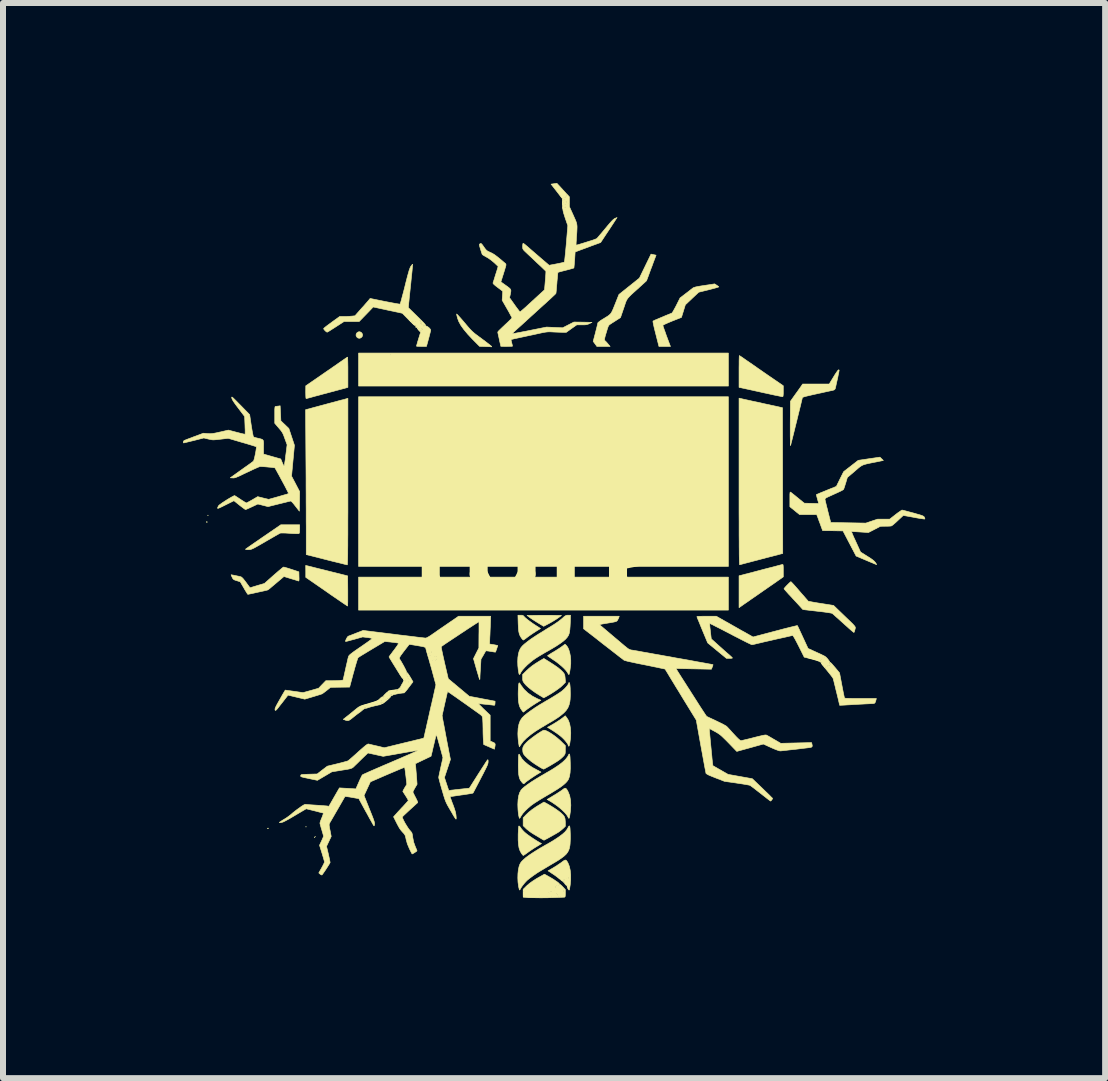
<source format=kicad_pcb>
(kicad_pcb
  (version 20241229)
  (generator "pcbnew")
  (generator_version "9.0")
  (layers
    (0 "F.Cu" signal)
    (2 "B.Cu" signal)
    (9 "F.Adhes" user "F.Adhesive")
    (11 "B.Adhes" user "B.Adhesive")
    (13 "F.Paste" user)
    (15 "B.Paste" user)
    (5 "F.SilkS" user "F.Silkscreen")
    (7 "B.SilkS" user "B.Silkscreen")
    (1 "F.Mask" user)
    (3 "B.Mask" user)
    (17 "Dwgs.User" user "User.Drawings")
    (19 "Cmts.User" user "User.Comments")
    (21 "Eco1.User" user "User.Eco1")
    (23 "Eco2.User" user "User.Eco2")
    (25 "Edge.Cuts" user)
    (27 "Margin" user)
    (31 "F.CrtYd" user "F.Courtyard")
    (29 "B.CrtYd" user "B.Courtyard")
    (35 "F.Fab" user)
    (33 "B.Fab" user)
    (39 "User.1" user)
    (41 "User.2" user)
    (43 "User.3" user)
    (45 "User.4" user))
  (footprint "tore"
    (layer "F.Cu")
    (at 6.016 6.119)
    (property "Reference" "tore" (at 0 0 0) (layer "F.SilkS") (effects (font (size 1.524 1.524) (thickness 0.3))))
    (attr through_hole)
    (fp_poly (pts (xy -5.596 -0.58) (xy -5.601 -0.576) (xy -5.605 -0.58) (xy -5.601 -0.584) (xy -5.596 -0.58)) (stroke (width 0.01) (type solid)) (fill yes) (layer "F.SilkS"))
    (fp_poly (pts (xy -3.962 4.61) (xy -3.967 4.614) (xy -3.971 4.61) (xy -3.967 4.606) (xy -3.962 4.61)) (stroke (width 0.01) (type solid)) (fill yes) (layer "F.SilkS"))
    (fp_poly (pts (xy -3.818 4.788) (xy -3.823 4.792) (xy -3.827 4.788) (xy -3.823 4.784) (xy -3.818 4.788)) (stroke (width 0.01) (type solid)) (fill yes) (layer "F.SilkS"))
    (fp_poly (pts (xy -3.81 4.771) (xy -3.814 4.775) (xy -3.818 4.771) (xy -3.814 4.767) (xy -3.81 4.771)) (stroke (width 0.01) (type solid)) (fill yes) (layer "F.SilkS"))
    (fp_poly (pts (xy 0.33 5.533) (xy 0.326 5.537) (xy 0.322 5.533) (xy 0.326 5.529) (xy 0.33 5.533)) (stroke (width 0.01) (type solid)) (fill yes) (layer "F.SilkS"))
    (fp_poly (pts (xy 3.073 0.271) (xy -3.09 0.271) (xy -3.09 -2.557) (xy 3.073 -2.557) (xy 3.073 0.271)) (stroke (width 0.01) (type solid)) (fill yes) (layer "F.SilkS"))
    (fp_poly (pts (xy 3.073 0.999) (xy -3.09 0.999) (xy -3.09 0.449) (xy 3.073 0.449) (xy 3.073 0.999)) (stroke (width 0.01) (type solid)) (fill yes) (layer "F.SilkS"))
    (fp_poly (pts (xy -5.616 -0.476) (xy -5.615 -0.462) (xy -5.617 -0.459) (xy -5.621 -0.462) (xy -5.621 -0.471) (xy -5.619 -0.48) (xy -5.616 -0.476)) (stroke (width 0.01) (type solid)) (fill yes) (layer "F.SilkS"))
    (fp_poly (pts (xy -4.591 4.635) (xy -4.594 4.638) (xy -4.602 4.639) (xy -4.611 4.637) (xy -4.607 4.634) (xy -4.594 4.633) (xy -4.591 4.635)) (stroke (width 0.01) (type solid)) (fill yes) (layer "F.SilkS"))
    (fp_poly (pts (xy 3.073 -2.735) (xy -0.008 -2.735) (xy -3.09 -2.735) (xy -3.09 -3.255) (xy -2.557 -3.255) (xy -2.553 -3.251) (xy -2.548 -3.255) (xy -2.553 -3.26) (xy -2.557 -3.255) (xy -3.09 -3.255) (xy -3.09 -3.285) (xy -0.008 -3.285) (xy 3.073 -3.285) (xy 3.073 -2.735)) (stroke (width 0.01) (type solid)) (fill yes) (layer "F.SilkS"))
    (fp_poly (pts (xy -3.056 -3.635) (xy -3.04 -3.624) (xy -3.027 -3.604) (xy -3.023 -3.586) (xy -3.028 -3.564) (xy -3.04 -3.548) (xy -3.06 -3.535) (xy -3.078 -3.531) (xy -3.1 -3.536) (xy -3.116 -3.548) (xy -3.129 -3.568) (xy -3.133 -3.586) (xy -3.127 -3.608) (xy -3.116 -3.624) (xy -3.096 -3.637) (xy -3.078 -3.641) (xy -3.056 -3.635)) (stroke (width 0.01) (type solid)) (fill yes) (layer "F.SilkS"))
    (fp_poly (pts (xy 0.07 1.085) (xy 0.135 1.085) (xy 0.151 1.086) (xy 0.292 1.088) (xy 0.246 1.122) (xy 0.21 1.147) (xy 0.164 1.176) (xy 0.113 1.206) (xy 0.061 1.234) (xy 0.029 1.251) (xy -0.005 1.269) (xy -0.098 1.213) (xy -0.138 1.188) (xy -0.179 1.162) (xy -0.214 1.139) (xy -0.236 1.123) (xy -0.282 1.088) (xy -0.136 1.086) (xy -0.073 1.085) (xy -0.002 1.085) (xy 0.07 1.085)) (stroke (width 0.01) (type solid)) (fill yes) (layer "F.SilkS"))
    (fp_poly (pts (xy -0.409 2.212) (xy -0.4 2.224) (xy -0.384 2.249) (xy -0.384 2.25) (xy -0.334 2.317) (xy -0.271 2.378) (xy -0.194 2.432) (xy -0.108 2.477) (xy -0.052 2.501) (xy -0.133 2.551) (xy -0.175 2.578) (xy -0.221 2.608) (xy -0.263 2.638) (xy -0.28 2.65) (xy -0.345 2.7) (xy -0.366 2.673) (xy -0.389 2.64) (xy -0.405 2.607) (xy -0.416 2.57) (xy -0.424 2.523) (xy -0.427 2.488) (xy -0.429 2.444) (xy -0.43 2.394) (xy -0.429 2.343) (xy -0.427 2.295) (xy -0.424 2.255) (xy -0.42 2.226) (xy -0.418 2.22) (xy -0.415 2.212) (xy -0.409 2.212)) (stroke (width 0.01) (type solid)) (fill yes) (layer "F.SilkS"))
    (fp_poly (pts (xy -3.948 0.26) (xy -3.934 0.263) (xy -3.907 0.27) (xy -3.866 0.28) (xy -3.815 0.293) (xy -3.756 0.308) (xy -3.689 0.324) (xy -3.618 0.342) (xy -3.598 0.347) (xy -3.272 0.429) (xy -3.27 0.68) (xy -3.27 0.743) (xy -3.27 0.801) (xy -3.27 0.85) (xy -3.271 0.889) (xy -3.272 0.917) (xy -3.274 0.93) (xy -3.274 0.931) (xy -3.282 0.926) (xy -3.303 0.912) (xy -3.335 0.891) (xy -3.376 0.863) (xy -3.427 0.828) (xy -3.484 0.789) (xy -3.547 0.746) (xy -3.614 0.699) (xy -3.625 0.691) (xy -3.97 0.453) (xy -3.97 0.353) (xy -3.971 0.254) (xy -3.948 0.26)) (stroke (width 0.01) (type solid)) (fill yes) (layer "F.SilkS"))
    (fp_poly (pts (xy -0.362 1.085) (xy -0.345 1.092) (xy -0.336 1.101) (xy -0.317 1.122) (xy -0.285 1.149) (xy -0.242 1.182) (xy -0.191 1.219) (xy -0.132 1.258) (xy -0.082 1.29) (xy -0.058 1.305) (xy -0.145 1.36) (xy -0.186 1.387) (xy -0.227 1.415) (xy -0.264 1.441) (xy -0.285 1.457) (xy -0.311 1.477) (xy -0.332 1.491) (xy -0.344 1.498) (xy -0.345 1.498) (xy -0.353 1.492) (xy -0.367 1.476) (xy -0.375 1.465) (xy -0.393 1.438) (xy -0.406 1.411) (xy -0.415 1.382) (xy -0.422 1.346) (xy -0.426 1.301) (xy -0.429 1.244) (xy -0.43 1.221) (xy -0.434 1.084) (xy -0.391 1.084) (xy -0.362 1.085)) (stroke (width 0.01) (type solid)) (fill yes) (layer "F.SilkS"))
    (fp_poly (pts (xy 0.367 3.972) (xy 0.382 3.99) (xy 0.4 4.022) (xy 0.403 4.028) (xy 0.428 4.09) (xy 0.442 4.165) (xy 0.447 4.251) (xy 0.441 4.345) (xy 0.431 4.415) (xy 0.426 4.443) (xy 0.42 4.463) (xy 0.416 4.47) (xy 0.409 4.463) (xy 0.4 4.447) (xy 0.399 4.444) (xy 0.379 4.412) (xy 0.347 4.374) (xy 0.304 4.332) (xy 0.254 4.289) (xy 0.199 4.247) (xy 0.141 4.207) (xy 0.108 4.187) (xy 0.052 4.154) (xy 0.161 4.089) (xy 0.204 4.063) (xy 0.244 4.037) (xy 0.279 4.014) (xy 0.305 3.996) (xy 0.31 3.992) (xy 0.334 3.974) (xy 0.352 3.967) (xy 0.367 3.972)) (stroke (width 0.01) (type solid)) (fill yes) (layer "F.SilkS"))
    (fp_poly (pts (xy 0.376 2.787) (xy 0.406 2.834) (xy 0.428 2.894) (xy 0.441 2.966) (xy 0.446 3.046) (xy 0.442 3.134) (xy 0.431 3.215) (xy 0.425 3.242) (xy 0.419 3.261) (xy 0.414 3.268) (xy 0.407 3.261) (xy 0.406 3.256) (xy 0.401 3.24) (xy 0.385 3.215) (xy 0.362 3.185) (xy 0.334 3.153) (xy 0.304 3.123) (xy 0.274 3.097) (xy 0.274 3.097) (xy 0.24 3.071) (xy 0.199 3.042) (xy 0.156 3.013) (xy 0.137 3.001) (xy 0.058 2.952) (xy 0.107 2.926) (xy 0.152 2.9) (xy 0.201 2.87) (xy 0.249 2.839) (xy 0.291 2.81) (xy 0.319 2.789) (xy 0.354 2.76) (xy 0.376 2.787)) (stroke (width 0.01) (type solid)) (fill yes) (layer "F.SilkS"))
    (fp_poly (pts (xy 3.982 0.24) (xy 3.985 0.248) (xy 3.987 0.265) (xy 3.988 0.294) (xy 3.988 0.336) (xy 3.988 0.445) (xy 3.948 0.474) (xy 3.929 0.487) (xy 3.904 0.504) (xy 3.873 0.526) (xy 3.833 0.554) (xy 3.785 0.587) (xy 3.726 0.628) (xy 3.655 0.677) (xy 3.572 0.735) (xy 3.552 0.749) (xy 3.5 0.785) (xy 3.449 0.82) (xy 3.401 0.854) (xy 3.36 0.882) (xy 3.328 0.904) (xy 3.317 0.912) (xy 3.251 0.958) (xy 3.251 0.427) (xy 3.6 0.336) (xy 3.675 0.316) (xy 3.745 0.298) (xy 3.809 0.282) (xy 3.865 0.267) (xy 3.91 0.255) (xy 3.944 0.246) (xy 3.964 0.241) (xy 3.969 0.24) (xy 3.977 0.238) (xy 3.982 0.24)) (stroke (width 0.01) (type solid)) (fill yes) (layer "F.SilkS"))
    (fp_poly (pts (xy -0.41 3.403) (xy -0.402 3.419) (xy -0.398 3.426) (xy -0.369 3.474) (xy -0.324 3.523) (xy -0.265 3.573) (xy -0.193 3.621) (xy -0.134 3.653) (xy -0.05 3.698) (xy -0.09 3.721) (xy -0.121 3.74) (xy -0.157 3.763) (xy -0.196 3.789) (xy -0.234 3.815) (xy -0.269 3.84) (xy -0.297 3.86) (xy -0.314 3.874) (xy -0.317 3.878) (xy -0.331 3.89) (xy -0.342 3.893) (xy -0.354 3.883) (xy -0.371 3.864) (xy -0.39 3.839) (xy -0.404 3.811) (xy -0.414 3.779) (xy -0.421 3.74) (xy -0.425 3.691) (xy -0.427 3.63) (xy -0.428 3.581) (xy -0.427 3.531) (xy -0.426 3.485) (xy -0.425 3.447) (xy -0.423 3.42) (xy -0.421 3.408) (xy -0.416 3.4) (xy -0.41 3.403)) (stroke (width 0.01) (type solid)) (fill yes) (layer "F.SilkS"))
    (fp_poly (pts (xy -0.412 4.598) (xy -0.398 4.612) (xy -0.39 4.624) (xy -0.371 4.65) (xy -0.345 4.679) (xy -0.323 4.701) (xy -0.297 4.723) (xy -0.261 4.75) (xy -0.217 4.781) (xy -0.169 4.813) (xy -0.122 4.843) (xy -0.079 4.869) (xy -0.072 4.873) (xy -0.041 4.89) (xy -0.124 4.941) (xy -0.167 4.967) (xy -0.212 4.997) (xy -0.254 5.026) (xy -0.273 5.04) (xy -0.302 5.061) (xy -0.326 5.077) (xy -0.341 5.087) (xy -0.345 5.088) (xy -0.353 5.082) (xy -0.367 5.065) (xy -0.379 5.048) (xy -0.4 5.009) (xy -0.416 4.962) (xy -0.425 4.904) (xy -0.43 4.834) (xy -0.43 4.751) (xy -0.43 4.736) (xy -0.428 4.691) (xy -0.426 4.651) (xy -0.423 4.62) (xy -0.421 4.602) (xy -0.419 4.598) (xy -0.412 4.598)) (stroke (width 0.01) (type solid)) (fill yes) (layer "F.SilkS"))
    (fp_poly (pts (xy 0.098 1.867) (xy 0.172 1.915) (xy 0.235 1.959) (xy 0.285 2.001) (xy 0.32 2.037) (xy 0.326 2.044) (xy 0.339 2.064) (xy 0.347 2.086) (xy 0.351 2.116) (xy 0.353 2.138) (xy 0.358 2.203) (xy 0.312 2.249) (xy 0.279 2.28) (xy 0.233 2.315) (xy 0.18 2.352) (xy 0.123 2.389) (xy 0.065 2.423) (xy 0.051 2.431) (xy -0.004 2.461) (xy -0.08 2.415) (xy -0.146 2.373) (xy -0.206 2.33) (xy -0.259 2.288) (xy -0.3 2.25) (xy -0.322 2.225) (xy -0.34 2.201) (xy -0.351 2.181) (xy -0.355 2.159) (xy -0.356 2.128) (xy -0.356 2.072) (xy -0.29 2.007) (xy -0.247 1.968) (xy -0.202 1.931) (xy -0.149 1.894) (xy -0.087 1.855) (xy -0.054 1.835) (xy -0.002 1.805) (xy 0.098 1.867)) (stroke (width 0.01) (type solid)) (fill yes) (layer "F.SilkS"))
    (fp_poly (pts (xy 0.374 1.589) (xy 0.396 1.619) (xy 0.415 1.662) (xy 0.43 1.714) (xy 0.441 1.772) (xy 0.446 1.833) (xy 0.446 1.893) (xy 0.445 1.905) (xy 0.44 1.946) (xy 0.435 1.987) (xy 0.429 2.024) (xy 0.423 2.052) (xy 0.418 2.07) (xy 0.415 2.074) (xy 0.409 2.068) (xy 0.398 2.051) (xy 0.394 2.043) (xy 0.371 2.01) (xy 0.336 1.972) (xy 0.291 1.93) (xy 0.24 1.888) (xy 0.186 1.847) (xy 0.158 1.829) (xy 0.123 1.805) (xy 0.093 1.785) (xy 0.071 1.77) (xy 0.06 1.761) (xy 0.06 1.76) (xy 0.066 1.754) (xy 0.085 1.742) (xy 0.113 1.724) (xy 0.147 1.703) (xy 0.155 1.699) (xy 0.196 1.674) (xy 0.238 1.647) (xy 0.275 1.623) (xy 0.3 1.605) (xy 0.351 1.567) (xy 0.374 1.589)) (stroke (width 0.01) (type solid)) (fill yes) (layer "F.SilkS"))
    (fp_poly (pts (xy -1.451 -3.933) (xy -1.437 -3.919) (xy -1.415 -3.895) (xy -1.387 -3.864) (xy -1.354 -3.826) (xy -1.343 -3.813) (xy -1.3 -3.762) (xy -1.265 -3.721) (xy -1.237 -3.689) (xy -1.211 -3.662) (xy -1.186 -3.638) (xy -1.16 -3.615) (xy -1.129 -3.591) (xy -1.091 -3.563) (xy -1.044 -3.528) (xy -1.026 -3.515) (xy -0.982 -3.482) (xy -0.943 -3.452) (xy -0.91 -3.427) (xy -0.887 -3.408) (xy -0.874 -3.397) (xy -0.872 -3.394) (xy -0.874 -3.388) (xy -0.874 -3.388) (xy -0.883 -3.389) (xy -0.905 -3.391) (xy -0.938 -3.392) (xy -0.975 -3.393) (xy -1.073 -3.396) (xy -1.188 -3.512) (xy -1.269 -3.598) (xy -1.335 -3.677) (xy -1.386 -3.748) (xy -1.421 -3.812) (xy -1.44 -3.864) (xy -1.448 -3.895) (xy -1.454 -3.92) (xy -1.456 -3.935) (xy -1.456 -3.936) (xy -1.451 -3.933)) (stroke (width 0.01) (type solid)) (fill yes) (layer "F.SilkS"))
    (fp_poly (pts (xy 3.265 -3.238) (xy 3.287 -3.224) (xy 3.322 -3.2) (xy 3.369 -3.167) (xy 3.429 -3.126) (xy 3.5 -3.077) (xy 3.582 -3.019) (xy 3.586 -3.017) (xy 3.616 -2.996) (xy 3.656 -2.968) (xy 3.704 -2.935) (xy 3.756 -2.899) (xy 3.809 -2.863) (xy 3.825 -2.852) (xy 3.988 -2.74) (xy 3.988 -2.649) (xy 3.988 -2.608) (xy 3.986 -2.581) (xy 3.984 -2.566) (xy 3.98 -2.559) (xy 3.973 -2.558) (xy 3.973 -2.558) (xy 3.962 -2.559) (xy 3.936 -2.565) (xy 3.897 -2.573) (xy 3.847 -2.583) (xy 3.787 -2.596) (xy 3.72 -2.611) (xy 3.648 -2.626) (xy 3.605 -2.636) (xy 3.251 -2.713) (xy 3.251 -2.978) (xy 3.251 -3.043) (xy 3.252 -3.102) (xy 3.252 -3.154) (xy 3.253 -3.195) (xy 3.254 -3.225) (xy 3.255 -3.241) (xy 3.256 -3.243) (xy 3.265 -3.238)) (stroke (width 0.01) (type solid)) (fill yes) (layer "F.SilkS"))
    (fp_poly (pts (xy 3.279 -2.527) (xy 3.293 -2.524) (xy 3.322 -2.517) (xy 3.363 -2.508) (xy 3.415 -2.497) (xy 3.476 -2.483) (xy 3.544 -2.469) (xy 3.617 -2.453) (xy 3.641 -2.447) (xy 3.975 -2.374) (xy 3.977 -1.16) (xy 3.979 0.055) (xy 3.626 0.147) (xy 3.551 0.167) (xy 3.481 0.185) (xy 3.418 0.202) (xy 3.363 0.216) (xy 3.318 0.228) (xy 3.285 0.237) (xy 3.266 0.242) (xy 3.262 0.243) (xy 3.26 0.241) (xy 3.259 0.232) (xy 3.258 0.216) (xy 3.257 0.192) (xy 3.256 0.16) (xy 3.255 0.119) (xy 3.254 0.068) (xy 3.254 0.007) (xy 3.253 -0.066) (xy 3.253 -0.15) (xy 3.252 -0.246) (xy 3.252 -0.355) (xy 3.252 -0.478) (xy 3.251 -0.615) (xy 3.251 -0.767) (xy 3.251 -0.935) (xy 3.251 -1.118) (xy 3.251 -2.533) (xy 3.279 -2.527)) (stroke (width 0.01) (type solid)) (fill yes) (layer "F.SilkS"))
    (fp_poly (pts (xy -3.272 -3.209) (xy -3.271 -3.186) (xy -3.27 -3.15) (xy -3.269 -3.104) (xy -3.268 -3.049) (xy -3.268 -2.987) (xy -3.268 -2.965) (xy -3.268 -2.713) (xy -3.608 -2.621) (xy -3.681 -2.602) (xy -3.749 -2.583) (xy -3.811 -2.567) (xy -3.865 -2.552) (xy -3.908 -2.54) (xy -3.939 -2.532) (xy -3.956 -2.527) (xy -3.959 -2.526) (xy -3.964 -2.527) (xy -3.967 -2.535) (xy -3.969 -2.554) (xy -3.97 -2.584) (xy -3.971 -2.63) (xy -3.971 -2.63) (xy -3.97 -2.739) (xy -3.804 -2.853) (xy -3.753 -2.888) (xy -3.704 -2.922) (xy -3.658 -2.954) (xy -3.62 -2.98) (xy -3.591 -3) (xy -3.582 -3.006) (xy -3.555 -3.024) (xy -3.519 -3.05) (xy -3.476 -3.079) (xy -3.431 -3.111) (xy -3.402 -3.131) (xy -3.362 -3.159) (xy -3.327 -3.183) (xy -3.299 -3.202) (xy -3.28 -3.214) (xy -3.273 -3.217) (xy -3.272 -3.209)) (stroke (width 0.01) (type solid)) (fill yes) (layer "F.SilkS"))
    (fp_poly (pts (xy 0.057 4.229) (xy 0.105 4.257) (xy 0.157 4.289) (xy 0.207 4.322) (xy 0.251 4.354) (xy 0.284 4.38) (xy 0.286 4.382) (xy 0.319 4.414) (xy 0.34 4.443) (xy 0.351 4.476) (xy 0.355 4.518) (xy 0.356 4.535) (xy 0.356 4.602) (xy 0.32 4.637) (xy 0.291 4.662) (xy 0.26 4.686) (xy 0.246 4.697) (xy 0.227 4.708) (xy 0.199 4.725) (xy 0.165 4.744) (xy 0.128 4.765) (xy 0.09 4.786) (xy 0.056 4.805) (xy 0.027 4.82) (xy 0.007 4.831) (xy -0.001 4.834) (xy -0.009 4.829) (xy -0.028 4.819) (xy -0.042 4.81) (xy -0.066 4.796) (xy -0.099 4.776) (xy -0.136 4.754) (xy -0.165 4.737) (xy -0.205 4.712) (xy -0.246 4.683) (xy -0.281 4.655) (xy -0.298 4.64) (xy -0.347 4.592) (xy -0.347 4.461) (xy -0.303 4.414) (xy -0.254 4.367) (xy -0.196 4.321) (xy -0.127 4.274) (xy -0.079 4.245) (xy -0.000465 4.198) (xy 0.057 4.229)) (stroke (width 0.01) (type solid)) (fill yes) (layer "F.SilkS"))
    (fp_poly (pts (xy -4.072 -0.352) (xy -4.073 -0.316) (xy -4.075 -0.294) (xy -4.08 -0.281) (xy -4.087 -0.276) (xy -4.099 -0.275) (xy -4.126 -0.275) (xy -4.163 -0.276) (xy -4.208 -0.278) (xy -4.244 -0.281) (xy -4.305 -0.285) (xy -4.351 -0.286) (xy -4.382 -0.286) (xy -4.399 -0.283) (xy -4.401 -0.282) (xy -4.412 -0.276) (xy -4.435 -0.262) (xy -4.47 -0.243) (xy -4.513 -0.218) (xy -4.563 -0.189) (xy -4.619 -0.157) (xy -4.646 -0.141) (xy -4.71 -0.104) (xy -4.761 -0.075) (xy -4.802 -0.052) (xy -4.833 -0.035) (xy -4.857 -0.024) (xy -4.876 -0.016) (xy -4.891 -0.011) (xy -4.905 -0.009) (xy -4.919 -0.009) (xy -4.929 -0.008) (xy -4.957 -0.01) (xy -4.972 -0.012) (xy -4.974 -0.016) (xy -4.968 -0.021) (xy -4.956 -0.03) (xy -4.937 -0.043) (xy -4.909 -0.063) (xy -4.873 -0.088) (xy -4.827 -0.12) (xy -4.77 -0.159) (xy -4.701 -0.207) (xy -4.619 -0.263) (xy -4.6 -0.276) (xy -4.386 -0.423) (xy -4.072 -0.423) (xy -4.072 -0.352)) (stroke (width 0.01) (type solid)) (fill yes) (layer "F.SilkS"))
    (fp_poly (pts (xy -3.268 -1.142) (xy -3.268 -0.957) (xy -3.268 -0.787) (xy -3.268 -0.633) (xy -3.269 -0.494) (xy -3.269 -0.369) (xy -3.269 -0.259) (xy -3.27 -0.161) (xy -3.27 -0.075) (xy -3.271 -0.001) (xy -3.271 0.061) (xy -3.272 0.114) (xy -3.273 0.156) (xy -3.274 0.19) (xy -3.275 0.214) (xy -3.276 0.232) (xy -3.277 0.241) (xy -3.279 0.245) (xy -3.279 0.245) (xy -3.289 0.243) (xy -3.314 0.237) (xy -3.352 0.227) (xy -3.4 0.215) (xy -3.458 0.201) (xy -3.524 0.185) (xy -3.595 0.167) (xy -3.626 0.159) (xy -3.962 0.074) (xy -3.962 -0.393) (xy -3.963 -0.477) (xy -3.963 -0.576) (xy -3.963 -0.687) (xy -3.964 -0.807) (xy -3.964 -0.935) (xy -3.965 -1.067) (xy -3.965 -1.201) (xy -3.966 -1.334) (xy -3.967 -1.465) (xy -3.968 -1.591) (xy -3.968 -1.6) (xy -3.973 -2.341) (xy -3.724 -2.408) (xy -3.656 -2.426) (xy -3.587 -2.445) (xy -3.522 -2.462) (xy -3.462 -2.478) (xy -3.412 -2.492) (xy -3.375 -2.502) (xy -3.372 -2.502) (xy -3.268 -2.53) (xy -3.268 -1.142)) (stroke (width 0.01) (type solid)) (fill yes) (layer "F.SilkS"))
    (fp_poly (pts (xy 0.017 3.002) (xy 0.047 3.014) (xy 0.085 3.034) (xy 0.128 3.061) (xy 0.174 3.093) (xy 0.22 3.129) (xy 0.264 3.167) (xy 0.286 3.188) (xy 0.356 3.257) (xy 0.355 3.328) (xy 0.355 3.364) (xy 0.353 3.387) (xy 0.347 3.403) (xy 0.338 3.418) (xy 0.328 3.43) (xy 0.305 3.453) (xy 0.276 3.479) (xy 0.262 3.49) (xy 0.244 3.503) (xy 0.217 3.521) (xy 0.182 3.543) (xy 0.144 3.566) (xy 0.104 3.59) (xy 0.067 3.611) (xy 0.034 3.629) (xy 0.009 3.643) (xy -0.005 3.649) (xy -0.006 3.649) (xy -0.016 3.645) (xy -0.037 3.635) (xy -0.064 3.62) (xy -0.068 3.617) (xy -0.146 3.568) (xy -0.212 3.522) (xy -0.269 3.474) (xy -0.289 3.455) (xy -0.317 3.427) (xy -0.334 3.406) (xy -0.345 3.388) (xy -0.35 3.369) (xy -0.352 3.359) (xy -0.355 3.322) (xy -0.352 3.292) (xy -0.341 3.265) (xy -0.319 3.235) (xy -0.288 3.201) (xy -0.262 3.177) (xy -0.227 3.149) (xy -0.187 3.118) (xy -0.145 3.087) (xy -0.103 3.058) (xy -0.064 3.033) (xy -0.031 3.013) (xy -0.008 3.002) (xy -0.004 3.001) (xy 0.017 3.002)) (stroke (width 0.01) (type solid)) (fill yes) (layer "F.SilkS"))
    (fp_poly (pts (xy 0.426 3.4) (xy 0.43 3.417) (xy 0.434 3.447) (xy 0.436 3.491) (xy 0.438 3.544) (xy 0.439 3.635) (xy 0.435 3.709) (xy 0.425 3.769) (xy 0.41 3.814) (xy 0.41 3.815) (xy 0.392 3.844) (xy 0.366 3.874) (xy 0.33 3.907) (xy 0.283 3.943) (xy 0.224 3.983) (xy 0.151 4.028) (xy 0.064 4.08) (xy 0.055 4.085) (xy 0.004 4.115) (xy -0.048 4.146) (xy -0.097 4.176) (xy -0.139 4.203) (xy -0.165 4.22) (xy -0.218 4.258) (xy -0.268 4.301) (xy -0.314 4.345) (xy -0.351 4.386) (xy -0.377 4.423) (xy -0.381 4.43) (xy -0.394 4.453) (xy -0.404 4.467) (xy -0.407 4.47) (xy -0.411 4.463) (xy -0.417 4.442) (xy -0.423 4.413) (xy -0.424 4.405) (xy -0.429 4.368) (xy -0.433 4.322) (xy -0.435 4.272) (xy -0.436 4.238) (xy -0.432 4.159) (xy -0.422 4.094) (xy -0.406 4.042) (xy -0.382 3.998) (xy -0.381 3.997) (xy -0.358 3.972) (xy -0.32 3.94) (xy -0.269 3.902) (xy -0.206 3.859) (xy -0.131 3.812) (xy -0.046 3.761) (xy 0.048 3.706) (xy 0.059 3.7) (xy 0.158 3.641) (xy 0.241 3.586) (xy 0.307 3.536) (xy 0.358 3.488) (xy 0.393 3.444) (xy 0.405 3.421) (xy 0.414 3.404) (xy 0.421 3.396) (xy 0.426 3.4)) (stroke (width 0.01) (type solid)) (fill yes) (layer "F.SilkS"))
    (fp_poly (pts (xy 0.438 1.213) (xy 0.435 1.272) (xy 0.431 1.323) (xy 0.425 1.364) (xy 0.42 1.388) (xy 0.408 1.42) (xy 0.388 1.451) (xy 0.359 1.484) (xy 0.32 1.518) (xy 0.27 1.555) (xy 0.208 1.596) (xy 0.132 1.642) (xy 0.064 1.681) (xy 0.014 1.709) (xy -0.038 1.74) (xy -0.089 1.77) (xy -0.131 1.797) (xy -0.14 1.802) (xy -0.186 1.835) (xy -0.233 1.873) (xy -0.279 1.913) (xy -0.32 1.954) (xy -0.354 1.992) (xy -0.378 2.024) (xy -0.386 2.038) (xy -0.399 2.063) (xy -0.407 2.073) (xy -0.414 2.067) (xy -0.418 2.055) (xy -0.429 1.993) (xy -0.436 1.924) (xy -0.438 1.854) (xy -0.435 1.788) (xy -0.426 1.729) (xy -0.416 1.691) (xy -0.402 1.657) (xy -0.385 1.626) (xy -0.361 1.597) (xy -0.329 1.567) (xy -0.285 1.532) (xy -0.266 1.517) (xy -0.241 1.498) (xy -0.216 1.48) (xy -0.189 1.462) (xy -0.159 1.442) (xy -0.124 1.419) (xy -0.083 1.393) (xy -0.032 1.362) (xy 0.028 1.324) (xy 0.1 1.28) (xy 0.139 1.256) (xy 0.183 1.228) (xy 0.228 1.197) (xy 0.268 1.167) (xy 0.3 1.141) (xy 0.305 1.137) (xy 0.333 1.111) (xy 0.353 1.096) (xy 0.369 1.088) (xy 0.386 1.084) (xy 0.402 1.084) (xy 0.442 1.084) (xy 0.438 1.213)) (stroke (width 0.01) (type solid)) (fill yes) (layer "F.SilkS"))
    (fp_poly (pts (xy 0.426 4.597) (xy 0.43 4.609) (xy 0.434 4.635) (xy 0.436 4.672) (xy 0.438 4.716) (xy 0.439 4.763) (xy 0.439 4.812) (xy 0.437 4.857) (xy 0.435 4.897) (xy 0.432 4.924) (xy 0.424 4.965) (xy 0.412 5.001) (xy 0.395 5.033) (xy 0.371 5.065) (xy 0.338 5.096) (xy 0.294 5.13) (xy 0.24 5.167) (xy 0.171 5.209) (xy 0.145 5.224) (xy 0.096 5.253) (xy 0.046 5.283) (xy -0.001 5.311) (xy -0.04 5.334) (xy -0.059 5.345) (xy -0.12 5.383) (xy -0.183 5.427) (xy -0.242 5.471) (xy -0.278 5.5) (xy -0.301 5.523) (xy -0.328 5.553) (xy -0.355 5.587) (xy -0.377 5.618) (xy -0.391 5.642) (xy -0.4 5.658) (xy -0.407 5.664) (xy -0.411 5.657) (xy -0.416 5.636) (xy -0.423 5.607) (xy -0.424 5.599) (xy -0.433 5.532) (xy -0.436 5.461) (xy -0.434 5.39) (xy -0.427 5.326) (xy -0.416 5.275) (xy -0.404 5.239) (xy -0.39 5.212) (xy -0.372 5.188) (xy -0.348 5.164) (xy -0.302 5.123) (xy -0.239 5.077) (xy -0.161 5.026) (xy -0.068 4.968) (xy 0.025 4.915) (xy 0.118 4.862) (xy 0.195 4.814) (xy 0.259 4.771) (xy 0.311 4.731) (xy 0.351 4.695) (xy 0.38 4.66) (xy 0.4 4.627) (xy 0.402 4.622) (xy 0.414 4.601) (xy 0.424 4.595) (xy 0.426 4.597)) (stroke (width 0.01) (type solid)) (fill yes) (layer "F.SilkS"))
    (fp_poly (pts (xy 2.878 -4.416) (xy 2.898 -4.402) (xy 2.911 -4.391) (xy 2.913 -4.388) (xy 2.905 -4.384) (xy 2.883 -4.377) (xy 2.849 -4.367) (xy 2.807 -4.356) (xy 2.758 -4.343) (xy 2.746 -4.34) (xy 2.579 -4.299) (xy 2.467 -4.194) (xy 2.356 -4.089) (xy 2.291 -3.879) (xy 2.136 -3.818) (xy 2.088 -3.798) (xy 2.046 -3.78) (xy 2.013 -3.765) (xy 1.99 -3.753) (xy 1.981 -3.746) (xy 1.981 -3.746) (xy 1.984 -3.735) (xy 1.992 -3.711) (xy 2.004 -3.676) (xy 2.02 -3.633) (xy 2.037 -3.583) (xy 2.057 -3.53) (xy 2.077 -3.476) (xy 2.097 -3.423) (xy 2.099 -3.418) (xy 2.108 -3.395) (xy 1.916 -3.395) (xy 1.863 -3.603) (xy 1.847 -3.666) (xy 1.834 -3.72) (xy 1.824 -3.764) (xy 1.818 -3.796) (xy 1.816 -3.815) (xy 1.817 -3.818) (xy 1.827 -3.823) (xy 1.849 -3.834) (xy 1.883 -3.848) (xy 1.925 -3.866) (xy 1.973 -3.886) (xy 2.024 -3.908) (xy 2.076 -3.929) (xy 2.126 -3.949) (xy 2.132 -3.952) (xy 2.139 -3.96) (xy 2.153 -3.982) (xy 2.17 -4.013) (xy 2.191 -4.051) (xy 2.206 -4.08) (xy 2.268 -4.204) (xy 2.367 -4.28) (xy 2.404 -4.308) (xy 2.437 -4.334) (xy 2.464 -4.355) (xy 2.482 -4.369) (xy 2.486 -4.372) (xy 2.5 -4.378) (xy 2.525 -4.386) (xy 2.563 -4.394) (xy 2.615 -4.403) (xy 2.675 -4.412) (xy 2.844 -4.438) (xy 2.878 -4.416)) (stroke (width 0.01) (type solid)) (fill yes) (layer "F.SilkS"))
    (fp_poly (pts (xy 0.425 2.213) (xy 0.43 2.23) (xy 0.434 2.261) (xy 0.437 2.301) (xy 0.438 2.347) (xy 0.439 2.396) (xy 0.438 2.443) (xy 0.436 2.486) (xy 0.432 2.52) (xy 0.432 2.521) (xy 0.419 2.577) (xy 0.399 2.626) (xy 0.37 2.67) (xy 0.33 2.713) (xy 0.276 2.758) (xy 0.254 2.774) (xy 0.239 2.785) (xy 0.223 2.796) (xy 0.204 2.808) (xy 0.181 2.823) (xy 0.152 2.841) (xy 0.115 2.863) (xy 0.068 2.89) (xy 0.01 2.925) (xy -0.04 2.954) (xy -0.138 3.015) (xy -0.222 3.075) (xy -0.292 3.133) (xy -0.347 3.188) (xy -0.385 3.24) (xy -0.387 3.242) (xy -0.399 3.262) (xy -0.408 3.275) (xy -0.41 3.277) (xy -0.413 3.269) (xy -0.417 3.248) (xy -0.422 3.219) (xy -0.424 3.207) (xy -0.429 3.165) (xy -0.433 3.115) (xy -0.435 3.066) (xy -0.435 3.052) (xy -0.431 2.97) (xy -0.418 2.902) (xy -0.397 2.844) (xy -0.365 2.795) (xy -0.328 2.758) (xy -0.275 2.715) (xy -0.212 2.669) (xy -0.144 2.622) (xy -0.076 2.579) (xy -0.047 2.562) (xy 0.032 2.515) (xy 0.098 2.477) (xy 0.152 2.444) (xy 0.196 2.417) (xy 0.232 2.394) (xy 0.261 2.375) (xy 0.284 2.359) (xy 0.304 2.344) (xy 0.309 2.339) (xy 0.341 2.311) (xy 0.37 2.28) (xy 0.394 2.25) (xy 0.41 2.225) (xy 0.415 2.208) (xy 0.418 2.205) (xy 0.425 2.213)) (stroke (width 0.01) (type solid)) (fill yes) (layer "F.SilkS"))
    (fp_poly (pts (xy 4.918 -3.002) (xy 4.919 -2.999) (xy 4.917 -2.986) (xy 4.913 -2.961) (xy 4.905 -2.925) (xy 4.897 -2.883) (xy 4.887 -2.838) (xy 4.877 -2.794) (xy 4.868 -2.753) (xy 4.861 -2.719) (xy 4.855 -2.696) (xy 4.852 -2.687) (xy 4.837 -2.672) (xy 4.816 -2.664) (xy 4.801 -2.661) (xy 4.771 -2.655) (xy 4.73 -2.646) (xy 4.679 -2.635) (xy 4.622 -2.622) (xy 4.559 -2.609) (xy 4.548 -2.606) (xy 4.479 -2.591) (xy 4.424 -2.578) (xy 4.381 -2.568) (xy 4.351 -2.56) (xy 4.33 -2.554) (xy 4.316 -2.548) (xy 4.309 -2.543) (xy 4.305 -2.537) (xy 4.305 -2.536) (xy 4.298 -2.506) (xy 4.288 -2.465) (xy 4.276 -2.413) (xy 4.261 -2.354) (xy 4.245 -2.289) (xy 4.228 -2.22) (xy 4.211 -2.149) (xy 4.193 -2.078) (xy 4.176 -2.009) (xy 4.16 -1.944) (xy 4.145 -1.884) (xy 4.132 -1.833) (xy 4.121 -1.791) (xy 4.114 -1.761) (xy 4.109 -1.744) (xy 4.108 -1.742) (xy 4.107 -1.747) (xy 4.106 -1.767) (xy 4.105 -1.801) (xy 4.105 -1.847) (xy 4.104 -1.904) (xy 4.104 -1.97) (xy 4.104 -2.042) (xy 4.104 -2.104) (xy 4.107 -2.481) (xy 4.193 -2.602) (xy 4.223 -2.643) (xy 4.25 -2.681) (xy 4.272 -2.712) (xy 4.288 -2.735) (xy 4.295 -2.745) (xy 4.31 -2.769) (xy 4.532 -2.769) (xy 4.754 -2.769) (xy 4.826 -2.887) (xy 4.85 -2.927) (xy 4.873 -2.961) (xy 4.891 -2.987) (xy 4.904 -3.002) (xy 4.908 -3.006) (xy 4.918 -3.002)) (stroke (width 0.01) (type solid)) (fill yes) (layer "F.SilkS"))
    (fp_poly (pts (xy 1.868 -4.916) (xy 1.82 -4.789) (xy 1.801 -4.736) (xy 1.78 -4.682) (xy 1.761 -4.63) (xy 1.745 -4.586) (xy 1.741 -4.575) (xy 1.709 -4.49) (xy 1.594 -4.385) (xy 1.538 -4.334) (xy 1.493 -4.294) (xy 1.457 -4.261) (xy 1.43 -4.234) (xy 1.409 -4.212) (xy 1.392 -4.191) (xy 1.38 -4.171) (xy 1.369 -4.149) (xy 1.359 -4.124) (xy 1.349 -4.093) (xy 1.336 -4.054) (xy 1.329 -4.034) (xy 1.275 -3.876) (xy 1.202 -3.829) (xy 1.168 -3.807) (xy 1.136 -3.787) (xy 1.111 -3.77) (xy 1.102 -3.765) (xy 1.09 -3.756) (xy 1.08 -3.745) (xy 1.071 -3.729) (xy 1.062 -3.705) (xy 1.051 -3.67) (xy 1.041 -3.636) (xy 1.026 -3.587) (xy 1.016 -3.551) (xy 1.011 -3.526) (xy 1.009 -3.51) (xy 1.011 -3.499) (xy 1.016 -3.492) (xy 1.02 -3.488) (xy 1.033 -3.476) (xy 1.051 -3.456) (xy 1.068 -3.436) (xy 1.102 -3.395) (xy 0.882 -3.395) (xy 0.851 -3.438) (xy 0.82 -3.48) (xy 0.859 -3.628) (xy 0.871 -3.676) (xy 0.882 -3.719) (xy 0.89 -3.754) (xy 0.896 -3.778) (xy 0.897 -3.788) (xy 0.904 -3.796) (xy 0.923 -3.811) (xy 0.95 -3.831) (xy 0.984 -3.852) (xy 0.984 -3.852) (xy 1.028 -3.879) (xy 1.062 -3.9) (xy 1.087 -3.919) (xy 1.107 -3.937) (xy 1.123 -3.958) (xy 1.137 -3.985) (xy 1.153 -4.02) (xy 1.171 -4.065) (xy 1.186 -4.102) (xy 1.249 -4.261) (xy 1.59 -4.534) (xy 1.687 -4.734) (xy 1.784 -4.934) (xy 1.868 -4.916)) (stroke (width 0.01) (type solid)) (fill yes) (layer "F.SilkS"))
    (fp_poly (pts (xy -4.33 0.283) (xy -4.306 0.29) (xy -4.271 0.3) (xy -4.23 0.313) (xy -4.208 0.32) (xy -4.085 0.361) (xy -4.083 0.44) (xy -4.082 0.477) (xy -4.083 0.5) (xy -4.085 0.511) (xy -4.09 0.514) (xy -4.093 0.514) (xy -4.106 0.509) (xy -4.131 0.501) (xy -4.166 0.49) (xy -4.207 0.478) (xy -4.22 0.474) (xy -4.334 0.439) (xy -4.462 0.547) (xy -4.502 0.581) (xy -4.538 0.611) (xy -4.567 0.636) (xy -4.589 0.653) (xy -4.6 0.661) (xy -4.6 0.662) (xy -4.611 0.665) (xy -4.634 0.671) (xy -4.668 0.679) (xy -4.709 0.688) (xy -4.755 0.698) (xy -4.801 0.708) (xy -4.845 0.718) (xy -4.883 0.726) (xy -4.913 0.732) (xy -4.932 0.736) (xy -4.936 0.736) (xy -4.942 0.729) (xy -4.954 0.71) (xy -4.972 0.681) (xy -4.993 0.646) (xy -5.001 0.631) (xy -5.062 0.527) (xy -5.12 0.509) (xy -5.151 0.499) (xy -5.17 0.49) (xy -5.183 0.478) (xy -5.194 0.459) (xy -5.197 0.452) (xy -5.207 0.43) (xy -5.213 0.414) (xy -5.214 0.41) (xy -5.205 0.411) (xy -5.184 0.415) (xy -5.154 0.421) (xy -5.12 0.428) (xy -5.086 0.435) (xy -5.055 0.443) (xy -5.05 0.444) (xy -5.036 0.453) (xy -5.014 0.475) (xy -4.987 0.509) (xy -4.965 0.538) (xy -4.941 0.571) (xy -4.921 0.598) (xy -4.906 0.618) (xy -4.9 0.626) (xy -4.899 0.626) (xy -4.891 0.624) (xy -4.87 0.618) (xy -4.838 0.608) (xy -4.798 0.596) (xy -4.779 0.59) (xy -4.659 0.555) (xy -4.506 0.419) (xy -4.462 0.381) (xy -4.423 0.347) (xy -4.389 0.319) (xy -4.363 0.297) (xy -4.346 0.284) (xy -4.341 0.282) (xy -4.33 0.283)) (stroke (width 0.01) (type solid)) (fill yes) (layer "F.SilkS"))
    (fp_poly (pts (xy 4.122 0.531) (xy 4.139 0.548) (xy 4.164 0.575) (xy 4.194 0.609) (xy 4.23 0.65) (xy 4.259 0.684) (xy 4.297 0.728) (xy 4.332 0.767) (xy 4.361 0.801) (xy 4.384 0.827) (xy 4.398 0.844) (xy 4.402 0.849) (xy 4.412 0.852) (xy 4.436 0.857) (xy 4.472 0.864) (xy 4.517 0.872) (xy 4.571 0.881) (xy 4.617 0.888) (xy 4.826 0.921) (xy 4.993 1.082) (xy 5.048 1.135) (xy 5.092 1.177) (xy 5.126 1.21) (xy 5.151 1.235) (xy 5.169 1.255) (xy 5.181 1.27) (xy 5.187 1.281) (xy 5.189 1.291) (xy 5.188 1.301) (xy 5.186 1.312) (xy 5.182 1.325) (xy 5.176 1.35) (xy 5.169 1.367) (xy 5.165 1.372) (xy 5.157 1.366) (xy 5.138 1.351) (xy 5.112 1.329) (xy 5.079 1.3) (xy 5.054 1.277) (xy 5.012 1.24) (xy 4.969 1.201) (xy 4.928 1.164) (xy 4.894 1.133) (xy 4.883 1.124) (xy 4.854 1.098) (xy 4.829 1.075) (xy 4.81 1.059) (xy 4.803 1.054) (xy 4.791 1.05) (xy 4.764 1.045) (xy 4.725 1.039) (xy 4.677 1.032) (xy 4.62 1.025) (xy 4.559 1.018) (xy 4.551 1.017) (xy 4.49 1.01) (xy 4.435 1.004) (xy 4.387 0.998) (xy 4.35 0.994) (xy 4.325 0.99) (xy 4.314 0.989) (xy 4.314 0.988) (xy 4.308 0.982) (xy 4.292 0.965) (xy 4.268 0.938) (xy 4.237 0.904) (xy 4.2 0.864) (xy 4.159 0.82) (xy 4.157 0.818) (xy 4.116 0.773) (xy 4.078 0.733) (xy 4.047 0.698) (xy 4.022 0.67) (xy 4.006 0.651) (xy 4.001 0.643) (xy 4 0.643) (xy 4.006 0.634) (xy 4.021 0.616) (xy 4.041 0.594) (xy 4.064 0.571) (xy 4.086 0.549) (xy 4.104 0.533) (xy 4.114 0.525) (xy 4.115 0.525) (xy 4.122 0.531)) (stroke (width 0.01) (type solid)) (fill yes) (layer "F.SilkS"))
    (fp_poly (pts (xy 0.377 5.175) (xy 0.391 5.197) (xy 0.4 5.213) (xy 0.422 5.268) (xy 0.437 5.334) (xy 0.445 5.41) (xy 0.445 5.493) (xy 0.437 5.579) (xy 0.432 5.609) (xy 0.428 5.636) (xy 0.424 5.655) (xy 0.423 5.662) (xy 0.417 5.664) (xy 0.416 5.664) (xy 0.409 5.657) (xy 0.398 5.64) (xy 0.395 5.634) (xy 0.387 5.613) (xy 0.387 5.609) (xy 0.398 5.609) (xy 0.402 5.613) (xy 0.406 5.609) (xy 0.402 5.605) (xy 0.415 5.605) (xy 0.418 5.612) (xy 0.421 5.611) (xy 0.422 5.601) (xy 0.421 5.599) (xy 0.415 5.6) (xy 0.415 5.605) (xy 0.402 5.605) (xy 0.398 5.609) (xy 0.387 5.609) (xy 0.386 5.597) (xy 0.386 5.595) (xy 0.387 5.589) (xy 0.383 5.591) (xy 0.374 5.588) (xy 0.36 5.576) (xy 0.346 5.558) (xy 0.336 5.541) (xy 0.334 5.533) (xy 0.327 5.526) (xy 0.325 5.526) (xy 0.315 5.522) (xy 0.296 5.509) (xy 0.279 5.495) (xy 0.33 5.495) (xy 0.333 5.502) (xy 0.336 5.501) (xy 0.337 5.49) (xy 0.336 5.489) (xy 0.331 5.49) (xy 0.33 5.495) (xy 0.279 5.495) (xy 0.272 5.489) (xy 0.266 5.484) (xy 0.253 5.474) (xy 0.373 5.474) (xy 0.377 5.478) (xy 0.381 5.474) (xy 0.377 5.469) (xy 0.373 5.474) (xy 0.253 5.474) (xy 0.237 5.461) (xy 0.406 5.461) (xy 0.409 5.468) (xy 0.412 5.467) (xy 0.413 5.457) (xy 0.412 5.455) (xy 0.407 5.457) (xy 0.406 5.461) (xy 0.237 5.461) (xy 0.236 5.46) (xy 0.198 5.431) (xy 0.158 5.403) (xy 0.142 5.393) (xy 0.068 5.344) (xy 0.151 5.296) (xy 0.193 5.27) (xy 0.237 5.241) (xy 0.277 5.214) (xy 0.295 5.201) (xy 0.326 5.178) (xy 0.348 5.166) (xy 0.364 5.165) (xy 0.377 5.175)) (stroke (width 0.01) (type solid)) (fill yes) (layer "F.SilkS"))
    (fp_poly (pts (xy 5.628 -1.522) (xy 5.656 -1.495) (xy 5.54 -1.471) (xy 5.472 -1.458) (xy 5.419 -1.447) (xy 5.378 -1.438) (xy 5.345 -1.429) (xy 5.318 -1.42) (xy 5.296 -1.409) (xy 5.275 -1.396) (xy 5.252 -1.379) (xy 5.226 -1.357) (xy 5.194 -1.329) (xy 5.179 -1.316) (xy 5.056 -1.212) (xy 5.03 -1.124) (xy 5.018 -1.087) (xy 5.008 -1.054) (xy 4.999 -1.029) (xy 4.996 -1.02) (xy 4.993 -1.014) (xy 4.987 -1.008) (xy 4.976 -1.001) (xy 4.96 -0.992) (xy 4.936 -0.98) (xy 4.902 -0.964) (xy 4.858 -0.944) (xy 4.801 -0.918) (xy 4.735 -0.888) (xy 4.704 -0.873) (xy 4.687 -0.86) (xy 4.683 -0.849) (xy 4.685 -0.837) (xy 4.691 -0.811) (xy 4.7 -0.773) (xy 4.711 -0.727) (xy 4.725 -0.675) (xy 4.731 -0.648) (xy 4.779 -0.461) (xy 5.072 -0.456) (xy 5.364 -0.451) (xy 5.461 -0.484) (xy 5.499 -0.497) (xy 5.53 -0.507) (xy 5.551 -0.514) (xy 5.56 -0.517) (xy 5.56 -0.517) (xy 5.569 -0.517) (xy 5.592 -0.517) (xy 5.624 -0.517) (xy 5.662 -0.517) (xy 5.762 -0.517) (xy 5.859 -0.593) (xy 5.894 -0.62) (xy 5.926 -0.642) (xy 5.951 -0.659) (xy 5.966 -0.668) (xy 5.969 -0.668) (xy 5.981 -0.666) (xy 6.006 -0.66) (xy 6.042 -0.65) (xy 6.087 -0.638) (xy 6.138 -0.624) (xy 6.155 -0.62) (xy 6.213 -0.603) (xy 6.257 -0.591) (xy 6.288 -0.581) (xy 6.31 -0.573) (xy 6.324 -0.565) (xy 6.333 -0.558) (xy 6.339 -0.551) (xy 6.34 -0.547) (xy 6.347 -0.53) (xy 6.347 -0.519) (xy 6.347 -0.519) (xy 6.338 -0.519) (xy 6.314 -0.522) (xy 6.279 -0.527) (xy 6.235 -0.534) (xy 6.184 -0.543) (xy 6.165 -0.547) (xy 5.988 -0.579) (xy 5.898 -0.495) (xy 5.865 -0.464) (xy 5.835 -0.438) (xy 5.811 -0.418) (xy 5.796 -0.407) (xy 5.793 -0.405) (xy 5.779 -0.402) (xy 5.752 -0.4) (xy 5.717 -0.399) (xy 5.693 -0.399) (xy 5.608 -0.398) (xy 5.508 -0.346) (xy 5.407 -0.294) (xy 5.267 -0.303) (xy 5.22 -0.306) (xy 5.18 -0.308) (xy 5.149 -0.31) (xy 5.129 -0.31) (xy 5.124 -0.31) (xy 5.127 -0.302) (xy 5.136 -0.28) (xy 5.149 -0.248) (xy 5.167 -0.207) (xy 5.189 -0.16) (xy 5.199 -0.138) (xy 5.276 0.031) (xy 5.387 0.101) (xy 5.44 0.134) (xy 5.479 0.162) (xy 5.506 0.185) (xy 5.523 0.205) (xy 5.536 0.225) (xy 5.543 0.238) (xy 5.544 0.241) (xy 5.536 0.238) (xy 5.514 0.23) (xy 5.482 0.216) (xy 5.441 0.199) (xy 5.393 0.179) (xy 5.372 0.17) (xy 5.202 0.098) (xy 4.983 -0.321) (xy 4.813 -0.324) (xy 4.644 -0.326) (xy 4.616 -0.402) (xy 4.601 -0.444) (xy 4.584 -0.488) (xy 4.57 -0.527) (xy 4.567 -0.536) (xy 4.545 -0.593) (xy 4.26 -0.593) (xy 4.206 -0.636) (xy 4.177 -0.66) (xy 4.149 -0.683) (xy 4.127 -0.7) (xy 4.125 -0.702) (xy 4.098 -0.724) (xy 4.098 -0.85) (xy 4.098 -0.898) (xy 4.098 -0.932) (xy 4.1 -0.953) (xy 4.102 -0.965) (xy 4.105 -0.968) (xy 4.111 -0.966) (xy 4.114 -0.964) (xy 4.126 -0.955) (xy 4.148 -0.937) (xy 4.179 -0.913) (xy 4.214 -0.884) (xy 4.234 -0.868) (xy 4.338 -0.783) (xy 4.579 -0.777) (xy 4.558 -0.851) (xy 4.549 -0.884) (xy 4.543 -0.909) (xy 4.54 -0.924) (xy 4.54 -0.927) (xy 4.548 -0.93) (xy 4.57 -0.939) (xy 4.602 -0.953) (xy 4.644 -0.97) (xy 4.691 -0.989) (xy 4.707 -0.996) (xy 4.873 -1.063) (xy 4.933 -1.186) (xy 4.994 -1.308) (xy 5.237 -1.497) (xy 5.418 -1.524) (xy 5.599 -1.55) (xy 5.628 -1.522)) (stroke (width 0.01) (type solid)) (fill yes) (layer "F.SilkS"))
    (fp_poly (pts (xy 0.066 5.432) (xy 0.115 5.46) (xy 0.16 5.487) (xy 0.198 5.513) (xy 0.229 5.534) (xy 0.249 5.551) (xy 0.258 5.562) (xy 0.257 5.564) (xy 0.256 5.57) (xy 0.26 5.568) (xy 0.27 5.571) (xy 0.287 5.585) (xy 0.308 5.605) (xy 0.312 5.61) (xy 0.356 5.657) (xy 0.356 5.72) (xy 0.355 5.753) (xy 0.353 5.772) (xy 0.348 5.781) (xy 0.341 5.783) (xy 0.326 5.784) (xy 0.299 5.785) (xy 0.265 5.787) (xy 0.254 5.788) (xy 0.189 5.79) (xy 0.113 5.792) (xy 0.032 5.793) (xy -0.05 5.794) (xy -0.128 5.793) (xy -0.197 5.791) (xy -0.229 5.79) (xy -0.271 5.788) (xy -0.306 5.786) (xy -0.332 5.785) (xy -0.344 5.784) (xy -0.345 5.784) (xy -0.346 5.779) (xy -0.051 5.779) (xy -0.047 5.783) (xy -0.042 5.779) (xy 0.034 5.779) (xy 0.038 5.783) (xy 0.042 5.779) (xy 0.038 5.774) (xy 0.034 5.779) (xy -0.042 5.779) (xy -0.047 5.774) (xy -0.051 5.779) (xy -0.346 5.779) (xy -0.346 5.775) (xy -0.346 5.77) (xy -0.025 5.77) (xy -0.021 5.774) (xy -0.017 5.77) (xy -0.019 5.768) (xy 0.052 5.768) (xy 0.054 5.773) (xy 0.063 5.782) (xy 0.068 5.78) (xy 0.068 5.779) (xy 0.062 5.772) (xy 0.059 5.77) (xy 0.119 5.77) (xy 0.123 5.774) (xy 0.127 5.77) (xy 0.237 5.77) (xy 0.241 5.774) (xy 0.246 5.77) (xy 0.271 5.77) (xy 0.275 5.774) (xy 0.279 5.77) (xy 0.275 5.766) (xy 0.271 5.77) (xy 0.246 5.77) (xy 0.241 5.766) (xy 0.237 5.77) (xy 0.127 5.77) (xy 0.123 5.766) (xy 0.119 5.77) (xy 0.059 5.77) (xy 0.058 5.769) (xy 0.052 5.768) (xy -0.019 5.768) (xy -0.021 5.766) (xy -0.025 5.77) (xy -0.346 5.77) (xy -0.347 5.754) (xy -0.347 5.753) (xy -0.076 5.753) (xy -0.072 5.757) (xy -0.068 5.753) (xy -0.072 5.749) (xy -0.076 5.753) (xy -0.347 5.753) (xy -0.347 5.745) (xy 0.22 5.745) (xy 0.224 5.749) (xy 0.229 5.745) (xy 0.224 5.74) (xy 0.22 5.745) (xy -0.347 5.745) (xy -0.347 5.736) (xy -0.085 5.736) (xy -0.08 5.74) (xy -0.076 5.736) (xy 0.042 5.736) (xy 0.047 5.74) (xy 0.051 5.736) (xy 0.047 5.732) (xy 0.042 5.736) (xy -0.076 5.736) (xy -0.08 5.732) (xy -0.085 5.736) (xy -0.347 5.736) (xy -0.347 5.728) (xy 0.203 5.728) (xy 0.207 5.732) (xy 0.212 5.728) (xy 0.207 5.723) (xy 0.203 5.728) (xy -0.347 5.728) (xy -0.347 5.725) (xy -0.347 5.719) (xy 0.085 5.719) (xy 0.089 5.723) (xy 0.093 5.719) (xy 0.089 5.715) (xy 0.085 5.719) (xy -0.347 5.719) (xy -0.347 5.717) (xy -0.347 5.711) (xy 0.068 5.711) (xy 0.072 5.715) (xy 0.076 5.711) (xy 0.072 5.707) (xy 0.068 5.711) (xy -0.347 5.711) (xy -0.347 5.702) (xy -0.076 5.702) (xy -0.072 5.707) (xy -0.068 5.702) (xy -0.072 5.698) (xy -0.076 5.702) (xy -0.347 5.702) (xy -0.347 5.696) (xy 0.107 5.696) (xy 0.119 5.697) (xy 0.131 5.695) (xy 0.129 5.692) (xy 0.112 5.691) (xy 0.108 5.692) (xy 0.107 5.696) (xy -0.347 5.696) (xy -0.347 5.681) (xy 0.322 5.681) (xy 0.325 5.688) (xy 0.327 5.687) (xy 0.328 5.677) (xy 0.327 5.675) (xy 0.322 5.677) (xy 0.322 5.681) (xy -0.347 5.681) (xy -0.347 5.668) (xy 0.169 5.668) (xy 0.174 5.673) (xy 0.178 5.668) (xy 0.174 5.664) (xy 0.169 5.668) (xy -0.347 5.668) (xy -0.347 5.652) (xy -0.329 5.635) (xy 0.322 5.635) (xy 0.326 5.639) (xy 0.33 5.635) (xy 0.326 5.63) (xy 0.322 5.635) (xy -0.329 5.635) (xy -0.307 5.613) (xy 0.186 5.613) (xy 0.189 5.62) (xy 0.192 5.619) (xy 0.193 5.609) (xy 0.192 5.608) (xy 0.187 5.609) (xy 0.186 5.613) (xy -0.307 5.613) (xy -0.293 5.599) (xy -0.285 5.592) (xy 0.203 5.592) (xy 0.207 5.596) (xy 0.212 5.592) (xy 0.237 5.592) (xy 0.241 5.596) (xy 0.246 5.592) (xy 0.241 5.588) (xy 0.237 5.592) (xy 0.212 5.592) (xy 0.207 5.588) (xy 0.203 5.592) (xy -0.285 5.592) (xy -0.246 5.557) (xy -0.191 5.517) (xy -0.126 5.475) (xy -0.057 5.436) (xy 0.008 5.4) (xy 0.066 5.432)) (stroke (width 0.01) (type solid)) (fill yes) (layer "F.SilkS"))
    (fp_poly (pts (xy -5.191 -2.547) (xy -5.177 -2.534) (xy -5.155 -2.513) (xy -5.124 -2.482) (xy -5.084 -2.441) (xy -5.057 -2.414) (xy -4.905 -2.258) (xy -4.878 -2.075) (xy -4.869 -2.021) (xy -4.861 -1.973) (xy -4.853 -1.934) (xy -4.847 -1.905) (xy -4.842 -1.889) (xy -4.841 -1.887) (xy -4.829 -1.882) (xy -4.805 -1.875) (xy -4.774 -1.867) (xy -4.772 -1.867) (xy -4.734 -1.858) (xy -4.707 -1.85) (xy -4.69 -1.842) (xy -4.679 -1.829) (xy -4.675 -1.809) (xy -4.673 -1.779) (xy -4.674 -1.735) (xy -4.674 -1.72) (xy -4.674 -1.601) (xy -4.633 -1.59) (xy -4.609 -1.583) (xy -4.574 -1.573) (xy -4.532 -1.561) (xy -4.49 -1.549) (xy -4.387 -1.52) (xy -4.364 -1.465) (xy -4.351 -1.436) (xy -4.341 -1.414) (xy -4.335 -1.403) (xy -4.335 -1.403) (xy -4.332 -1.404) (xy -4.328 -1.413) (xy -4.324 -1.434) (xy -4.319 -1.466) (xy -4.312 -1.51) (xy -4.305 -1.569) (xy -4.296 -1.638) (xy -4.281 -1.757) (xy -4.319 -1.86) (xy -4.335 -1.904) (xy -4.349 -1.938) (xy -4.364 -1.965) (xy -4.381 -1.99) (xy -4.405 -2.019) (xy -4.422 -2.039) (xy -4.487 -2.115) (xy -4.487 -2.256) (xy -4.487 -2.307) (xy -4.487 -2.345) (xy -4.485 -2.37) (xy -4.483 -2.385) (xy -4.48 -2.393) (xy -4.475 -2.396) (xy -4.473 -2.396) (xy -4.454 -2.398) (xy -4.43 -2.401) (xy -4.427 -2.401) (xy -4.397 -2.406) (xy -4.391 -2.281) (xy -4.385 -2.155) (xy -4.252 -2.028) (xy -4.159 -1.748) (xy -4.183 -1.491) (xy -4.207 -1.234) (xy -4.072 -0.976) (xy -4.074 -0.813) (xy -4.077 -0.65) (xy -4.144 -0.736) (xy -4.173 -0.773) (xy -4.194 -0.797) (xy -4.209 -0.811) (xy -4.22 -0.818) (xy -4.228 -0.818) (xy -4.242 -0.814) (xy -4.269 -0.808) (xy -4.307 -0.798) (xy -4.353 -0.787) (xy -4.405 -0.774) (xy -4.422 -0.77) (xy -4.599 -0.726) (xy -4.769 -0.769) (xy -4.867 -0.723) (xy -4.904 -0.706) (xy -4.937 -0.691) (xy -4.961 -0.681) (xy -4.974 -0.677) (xy -4.974 -0.677) (xy -4.984 -0.682) (xy -5.004 -0.696) (xy -5.032 -0.717) (xy -5.065 -0.742) (xy -5.076 -0.751) (xy -5.167 -0.824) (xy -5.306 -0.755) (xy -5.356 -0.73) (xy -5.391 -0.713) (xy -5.416 -0.702) (xy -5.431 -0.697) (xy -5.439 -0.697) (xy -5.44 -0.701) (xy -5.44 -0.705) (xy -5.43 -0.728) (xy -5.423 -0.741) (xy -5.412 -0.752) (xy -5.389 -0.769) (xy -5.359 -0.791) (xy -5.323 -0.814) (xy -5.285 -0.839) (xy -5.247 -0.862) (xy -5.212 -0.882) (xy -5.183 -0.898) (xy -5.163 -0.908) (xy -5.154 -0.909) (xy -5.143 -0.902) (xy -5.121 -0.888) (xy -5.092 -0.869) (xy -5.057 -0.846) (xy -5.056 -0.845) (xy -5.022 -0.823) (xy -4.993 -0.805) (xy -4.971 -0.792) (xy -4.96 -0.787) (xy -4.96 -0.787) (xy -4.949 -0.791) (xy -4.927 -0.803) (xy -4.897 -0.819) (xy -4.861 -0.839) (xy -4.86 -0.84) (xy -4.771 -0.892) (xy -4.68 -0.869) (xy -4.588 -0.847) (xy -4.438 -0.889) (xy -4.39 -0.903) (xy -4.346 -0.916) (xy -4.31 -0.926) (xy -4.285 -0.933) (xy -4.274 -0.937) (xy -4.261 -0.945) (xy -4.259 -0.951) (xy -4.263 -0.96) (xy -4.273 -0.981) (xy -4.29 -1.013) (xy -4.31 -1.053) (xy -4.334 -1.098) (xy -4.36 -1.146) (xy -4.386 -1.194) (xy -4.411 -1.241) (xy -4.435 -1.284) (xy -4.455 -1.321) (xy -4.471 -1.349) (xy -4.481 -1.367) (xy -4.483 -1.371) (xy -4.493 -1.373) (xy -4.517 -1.377) (xy -4.549 -1.381) (xy -4.587 -1.384) (xy -4.628 -1.388) (xy -4.666 -1.391) (xy -4.699 -1.393) (xy -4.723 -1.394) (xy -4.733 -1.394) (xy -4.747 -1.389) (xy -4.774 -1.378) (xy -4.81 -1.362) (xy -4.852 -1.343) (xy -4.885 -1.327) (xy -4.956 -1.294) (xy -5.013 -1.267) (xy -5.058 -1.245) (xy -5.093 -1.229) (xy -5.12 -1.218) (xy -5.14 -1.21) (xy -5.155 -1.206) (xy -5.167 -1.204) (xy -5.177 -1.203) (xy -5.188 -1.204) (xy -5.191 -1.204) (xy -5.228 -1.206) (xy -5.042 -1.339) (xy -4.992 -1.375) (xy -4.946 -1.407) (xy -4.906 -1.436) (xy -4.874 -1.459) (xy -4.852 -1.476) (xy -4.842 -1.483) (xy -4.837 -1.495) (xy -4.829 -1.519) (xy -4.821 -1.552) (xy -4.813 -1.59) (xy -4.805 -1.629) (xy -4.799 -1.666) (xy -4.795 -1.696) (xy -4.793 -1.717) (xy -4.794 -1.724) (xy -4.804 -1.727) (xy -4.827 -1.735) (xy -4.862 -1.746) (xy -4.908 -1.76) (xy -4.961 -1.776) (xy -5.02 -1.793) (xy -5.031 -1.796) (xy -5.262 -1.864) (xy -5.392 -1.849) (xy -5.441 -1.843) (xy -5.478 -1.84) (xy -5.506 -1.838) (xy -5.528 -1.839) (xy -5.549 -1.842) (xy -5.573 -1.847) (xy -5.595 -1.852) (xy -5.669 -1.87) (xy -5.834 -1.828) (xy -5.884 -1.816) (xy -5.929 -1.805) (xy -5.966 -1.796) (xy -5.992 -1.79) (xy -6.004 -1.787) (xy -6.005 -1.787) (xy -6.011 -1.793) (xy -6.011 -1.806) (xy -6.004 -1.82) (xy -5.997 -1.828) (xy -5.984 -1.833) (xy -5.959 -1.843) (xy -5.923 -1.857) (xy -5.879 -1.873) (xy -5.831 -1.892) (xy -5.829 -1.892) (xy -5.677 -1.949) (xy -5.606 -1.943) (xy -5.578 -1.942) (xy -5.552 -1.942) (xy -5.525 -1.944) (xy -5.493 -1.949) (xy -5.453 -1.957) (xy -5.4 -1.969) (xy -5.398 -1.969) (xy -5.26 -2.001) (xy -5.123 -1.965) (xy -5.077 -1.953) (xy -5.037 -1.943) (xy -5.006 -1.936) (xy -4.987 -1.933) (xy -4.981 -1.933) (xy -4.98 -1.943) (xy -4.98 -1.966) (xy -4.98 -2.001) (xy -4.982 -2.044) (xy -4.983 -2.083) (xy -4.989 -2.228) (xy -5.093 -2.365) (xy -5.133 -2.418) (xy -5.163 -2.46) (xy -5.184 -2.492) (xy -5.197 -2.517) (xy -5.203 -2.534) (xy -5.203 -2.536) (xy -5.205 -2.546) (xy -5.204 -2.551) (xy -5.2 -2.552) (xy -5.191 -2.547)) (stroke (width 0.01) (type solid)) (fill yes) (layer "F.SilkS"))
    (fp_poly (pts (xy -2.19 -4.757) (xy -2.191 -4.733) (xy -2.195 -4.696) (xy -2.199 -4.648) (xy -2.205 -4.591) (xy -2.212 -4.527) (xy -2.218 -4.462) (xy -2.226 -4.389) (xy -2.233 -4.32) (xy -2.24 -4.255) (xy -2.246 -4.199) (xy -2.25 -4.152) (xy -2.254 -4.118) (xy -2.255 -4.102) (xy -2.261 -4.042) (xy -2.111 -3.896) (xy -2.063 -3.848) (xy -2.027 -3.812) (xy -2 -3.784) (xy -1.983 -3.764) (xy -1.974 -3.751) (xy -1.972 -3.743) (xy -1.973 -3.741) (xy -1.98 -3.735) (xy -1.972 -3.737) (xy -1.97 -3.737) (xy -1.956 -3.734) (xy -1.935 -3.722) (xy -1.914 -3.705) (xy -1.897 -3.686) (xy -1.888 -3.67) (xy -1.888 -3.668) (xy -1.89 -3.655) (xy -1.896 -3.63) (xy -1.905 -3.594) (xy -1.916 -3.551) (xy -1.923 -3.525) (xy -1.959 -3.395) (xy -2.042 -3.395) (xy -2.077 -3.396) (xy -2.105 -3.397) (xy -2.122 -3.399) (xy -2.125 -3.401) (xy -2.123 -3.411) (xy -2.116 -3.434) (xy -2.107 -3.467) (xy -2.095 -3.506) (xy -2.091 -3.52) (xy -2.056 -3.632) (xy -2.087 -3.664) (xy -2.103 -3.684) (xy -2.11 -3.696) (xy -2.1 -3.696) (xy -2.094 -3.688) (xy -2.082 -3.676) (xy -2.068 -3.663) (xy -2.06 -3.658) (xy -2.06 -3.658) (xy -2.062 -3.664) (xy -2.065 -3.67) (xy -2.049 -3.67) (xy -2.045 -3.666) (xy -2.04 -3.67) (xy -2.045 -3.675) (xy -2.049 -3.67) (xy -2.065 -3.67) (xy -2.068 -3.674) (xy -2.079 -3.687) (xy -2.079 -3.687) (xy -2.049 -3.687) (xy -2.045 -3.683) (xy -2.032 -3.683) (xy -2.029 -3.676) (xy -2.026 -3.677) (xy -2.025 -3.687) (xy -2.026 -3.689) (xy -2.031 -3.687) (xy -2.032 -3.683) (xy -2.045 -3.683) (xy -2.04 -3.687) (xy -2.045 -3.691) (xy -2.049 -3.687) (xy -2.079 -3.687) (xy -2.091 -3.696) (xy -2.099 -3.698) (xy -2.1 -3.696) (xy -2.11 -3.696) (xy -2.112 -3.7) (xy -2.113 -3.706) (xy -2.115 -3.713) (xy -2.12 -3.712) (xy -2.134 -3.712) (xy -2.136 -3.717) (xy -2.132 -3.717) (xy -2.13 -3.717) (xy -2.123 -3.723) (xy -2.121 -3.725) (xy -2.119 -3.733) (xy -2.12 -3.734) (xy -2.128 -3.728) (xy -2.129 -3.725) (xy -2.132 -3.717) (xy -2.136 -3.717) (xy -2.139 -3.723) (xy -2.134 -3.736) (xy -2.011 -3.736) (xy -2.003 -3.734) (xy -1.992 -3.736) (xy -1.992 -3.739) (xy -2.003 -3.741) (xy -2.008 -3.74) (xy -2.011 -3.736) (xy -2.134 -3.736) (xy -2.133 -3.739) (xy -2.132 -3.741) (xy -2.125 -3.75) (xy -2.13 -3.748) (xy -2.135 -3.744) (xy -2.141 -3.741) (xy -2.15 -3.743) (xy -2.162 -3.75) (xy -2.177 -3.763) (xy -2.049 -3.763) (xy -2.045 -3.759) (xy -2.04 -3.763) (xy -2.032 -3.763) (xy -2.028 -3.759) (xy -2.007 -3.759) (xy -2.004 -3.752) (xy -2.001 -3.754) (xy -2 -3.764) (xy -2.001 -3.765) (xy -2.006 -3.764) (xy -2.007 -3.759) (xy -2.028 -3.759) (xy -2.024 -3.763) (xy -2.028 -3.768) (xy -2.032 -3.763) (xy -2.04 -3.763) (xy -2.045 -3.768) (xy -2.049 -3.763) (xy -2.177 -3.763) (xy -2.18 -3.766) (xy -2.205 -3.79) (xy -2.231 -3.816) (xy -2.206 -3.816) (xy -2.205 -3.811) (xy -2.194 -3.795) (xy -2.181 -3.778) (xy -2.171 -3.768) (xy -2.169 -3.768) (xy -2.17 -3.772) (xy -2.174 -3.778) (xy -2.179 -3.785) (xy -2.066 -3.785) (xy -2.063 -3.778) (xy -2.06 -3.779) (xy -2.059 -3.789) (xy -2.06 -3.79) (xy -2.065 -3.789) (xy -2.066 -3.785) (xy -2.179 -3.785) (xy -2.183 -3.79) (xy -2.183 -3.791) (xy -2.048 -3.791) (xy -2.046 -3.786) (xy -2.037 -3.777) (xy -2.032 -3.779) (xy -2.032 -3.78) (xy -2.038 -3.787) (xy -2.042 -3.79) (xy -2.048 -3.791) (xy -2.183 -3.791) (xy -2.183 -3.798) (xy -2.175 -3.797) (xy -2.17 -3.797) (xy -2.175 -3.809) (xy -2.179 -3.814) (xy -2.142 -3.814) (xy -2.138 -3.81) (xy -2.134 -3.814) (xy -2.138 -3.818) (xy -2.142 -3.814) (xy -2.179 -3.814) (xy -2.185 -3.824) (xy -2.19 -3.826) (xy -2.188 -3.814) (xy -2.187 -3.812) (xy -2.184 -3.802) (xy -2.19 -3.804) (xy -2.197 -3.81) (xy -2.206 -3.816) (xy -2.231 -3.816) (xy -2.239 -3.824) (xy -2.248 -3.833) (xy -2.071 -3.833) (xy -2.07 -3.827) (xy -2.069 -3.824) (xy -2.062 -3.813) (xy -2.053 -3.809) (xy -2.049 -3.813) (xy -2.055 -3.82) (xy -2.062 -3.827) (xy -2.071 -3.833) (xy -2.248 -3.833) (xy -2.255 -3.84) (xy -2.36 -3.948) (xy -2.603 -4) (xy -2.846 -4.053) (xy -2.963 -3.931) (xy -3.081 -3.81) (xy -3.333 -3.81) (xy -3.471 -3.721) (xy -3.513 -3.694) (xy -3.551 -3.67) (xy -3.582 -3.65) (xy -3.604 -3.638) (xy -3.613 -3.633) (xy -3.614 -3.633) (xy -3.626 -3.639) (xy -3.643 -3.653) (xy -3.659 -3.67) (xy -3.67 -3.685) (xy -3.672 -3.693) (xy -3.664 -3.702) (xy -3.645 -3.718) (xy -3.616 -3.741) (xy -3.579 -3.768) (xy -3.538 -3.798) (xy -3.536 -3.8) (xy -3.404 -3.895) (xy -3.334 -3.895) (xy -3.291 -3.895) (xy -3.246 -3.897) (xy -3.208 -3.9) (xy -3.207 -3.9) (xy -3.15 -3.906) (xy -3.041 -4.03) (xy -3.005 -4.069) (xy -2.973 -4.106) (xy -2.946 -4.137) (xy -2.925 -4.161) (xy -2.914 -4.174) (xy -2.914 -4.175) (xy -2.897 -4.195) (xy -2.651 -4.145) (xy -2.588 -4.133) (xy -2.531 -4.122) (xy -2.482 -4.113) (xy -2.442 -4.106) (xy -2.414 -4.102) (xy -2.4 -4.1) (xy -2.399 -4.101) (xy -2.395 -4.11) (xy -2.388 -4.132) (xy -2.377 -4.169) (xy -2.364 -4.22) (xy -2.346 -4.286) (xy -2.325 -4.367) (xy -2.301 -4.464) (xy -2.29 -4.507) (xy -2.273 -4.573) (xy -2.258 -4.626) (xy -2.247 -4.665) (xy -2.236 -4.695) (xy -2.227 -4.717) (xy -2.218 -4.732) (xy -2.216 -4.734) (xy -2.202 -4.753) (xy -2.192 -4.764) (xy -2.189 -4.765) (xy -2.19 -4.757)) (stroke (width 0.01) (type solid)) (fill yes) (layer "F.SilkS"))
    (fp_poly (pts (xy 1.248 1.12) (xy 1.24 1.14) (xy 1.227 1.164) (xy 1.227 1.165) (xy 1.221 1.175) (xy 1.213 1.182) (xy 1.203 1.188) (xy 1.186 1.193) (xy 1.16 1.199) (xy 1.123 1.206) (xy 1.073 1.214) (xy 1.066 1.215) (xy 1.013 1.224) (xy 0.976 1.23) (xy 0.951 1.235) (xy 0.937 1.24) (xy 0.931 1.244) (xy 0.932 1.248) (xy 0.938 1.254) (xy 0.94 1.255) (xy 0.952 1.265) (xy 0.975 1.284) (xy 1.007 1.311) (xy 1.047 1.345) (xy 1.092 1.383) (xy 1.14 1.424) (xy 1.19 1.466) (xy 1.24 1.508) (xy 1.287 1.548) (xy 1.331 1.585) (xy 1.34 1.593) (xy 1.376 1.622) (xy 1.402 1.642) (xy 1.424 1.654) (xy 1.443 1.661) (xy 1.456 1.664) (xy 1.477 1.667) (xy 1.512 1.673) (xy 1.555 1.68) (xy 1.603 1.689) (xy 1.63 1.694) (xy 1.663 1.7) (xy 1.711 1.708) (xy 1.771 1.719) (xy 1.842 1.732) (xy 1.923 1.746) (xy 2.01 1.762) (xy 2.103 1.778) (xy 2.198 1.796) (xy 2.29 1.812) (xy 2.382 1.828) (xy 2.469 1.844) (xy 2.549 1.859) (xy 2.622 1.872) (xy 2.685 1.883) (xy 2.737 1.893) (xy 2.778 1.9) (xy 2.805 1.906) (xy 2.816 1.908) (xy 2.817 1.908) (xy 2.815 1.917) (xy 2.809 1.936) (xy 2.805 1.947) (xy 2.79 1.984) (xy 2.495 1.978) (xy 2.2 1.972) (xy 2.219 2.004) (xy 2.236 2.032) (xy 2.26 2.07) (xy 2.29 2.117) (xy 2.323 2.169) (xy 2.357 2.222) (xy 2.38 2.258) (xy 2.397 2.285) (xy 2.422 2.323) (xy 2.452 2.371) (xy 2.486 2.424) (xy 2.523 2.482) (xy 2.56 2.54) (xy 2.565 2.548) (xy 2.6 2.603) (xy 2.632 2.652) (xy 2.661 2.696) (xy 2.684 2.731) (xy 2.701 2.756) (xy 2.711 2.769) (xy 2.712 2.771) (xy 2.723 2.776) (xy 2.746 2.787) (xy 2.78 2.803) (xy 2.821 2.822) (xy 2.868 2.844) (xy 2.873 2.847) (xy 2.921 2.87) (xy 2.965 2.891) (xy 3.002 2.911) (xy 3.029 2.926) (xy 3.044 2.936) (xy 3.044 2.937) (xy 3.057 2.949) (xy 3.078 2.972) (xy 3.106 3.002) (xy 3.138 3.038) (xy 3.164 3.066) (xy 3.204 3.109) (xy 3.237 3.142) (xy 3.262 3.164) (xy 3.277 3.174) (xy 3.28 3.175) (xy 3.293 3.173) (xy 3.319 3.167) (xy 3.357 3.158) (xy 3.404 3.147) (xy 3.457 3.134) (xy 3.494 3.124) (xy 3.558 3.108) (xy 3.608 3.096) (xy 3.646 3.087) (xy 3.673 3.082) (xy 3.691 3.08) (xy 3.704 3.081) (xy 3.711 3.083) (xy 3.725 3.091) (xy 3.75 3.105) (xy 3.783 3.124) (xy 3.822 3.147) (xy 3.838 3.156) (xy 3.946 3.219) (xy 4.203 3.213) (xy 4.459 3.207) (xy 4.465 3.227) (xy 4.471 3.257) (xy 4.468 3.275) (xy 4.454 3.285) (xy 4.439 3.288) (xy 4.42 3.291) (xy 4.388 3.295) (xy 4.345 3.3) (xy 4.294 3.306) (xy 4.238 3.313) (xy 4.18 3.32) (xy 4.122 3.326) (xy 4.067 3.332) (xy 4.019 3.338) (xy 3.979 3.342) (xy 3.952 3.345) (xy 3.94 3.346) (xy 3.919 3.343) (xy 3.884 3.331) (xy 3.835 3.312) (xy 3.785 3.29) (xy 3.656 3.231) (xy 3.434 3.293) (xy 3.213 3.354) (xy 3.078 3.214) (xy 3.033 3.168) (xy 2.997 3.133) (xy 2.968 3.105) (xy 2.943 3.083) (xy 2.919 3.065) (xy 2.895 3.049) (xy 2.867 3.032) (xy 2.85 3.023) (xy 2.815 3.004) (xy 2.786 2.988) (xy 2.765 2.977) (xy 2.756 2.974) (xy 2.756 2.974) (xy 2.756 2.982) (xy 2.757 3.005) (xy 2.76 3.041) (xy 2.764 3.086) (xy 2.769 3.138) (xy 2.774 3.195) (xy 2.78 3.255) (xy 2.786 3.316) (xy 2.791 3.374) (xy 2.797 3.428) (xy 2.801 3.475) (xy 2.805 3.512) (xy 2.808 3.538) (xy 2.815 3.592) (xy 3.069 3.737) (xy 3.472 3.809) (xy 3.641 3.971) (xy 3.685 4.014) (xy 3.725 4.052) (xy 3.759 4.085) (xy 3.785 4.112) (xy 3.803 4.129) (xy 3.81 4.137) (xy 3.81 4.137) (xy 3.806 4.148) (xy 3.795 4.163) (xy 3.784 4.177) (xy 3.777 4.182) (xy 3.769 4.177) (xy 3.75 4.163) (xy 3.721 4.141) (xy 3.685 4.112) (xy 3.643 4.08) (xy 3.611 4.054) (xy 3.565 4.019) (xy 3.523 3.986) (xy 3.487 3.958) (xy 3.458 3.937) (xy 3.439 3.923) (xy 3.433 3.92) (xy 3.42 3.916) (xy 3.393 3.911) (xy 3.354 3.904) (xy 3.306 3.896) (xy 3.252 3.888) (xy 3.213 3.882) (xy 3.009 3.853) (xy 2.857 3.794) (xy 2.797 3.77) (xy 2.751 3.751) (xy 2.721 3.735) (xy 2.704 3.724) (xy 2.7 3.72) (xy 2.698 3.709) (xy 2.693 3.682) (xy 2.685 3.643) (xy 2.675 3.591) (xy 2.664 3.53) (xy 2.651 3.459) (xy 2.637 3.382) (xy 2.622 3.3) (xy 2.616 3.268) (xy 2.538 2.832) (xy 2.377 2.57) (xy 2.334 2.5) (xy 2.29 2.428) (xy 2.246 2.355) (xy 2.203 2.286) (xy 2.165 2.223) (xy 2.132 2.169) (xy 2.118 2.146) (xy 2.09 2.1) (xy 2.065 2.058) (xy 2.044 2.024) (xy 2.028 1.998) (xy 2.02 1.985) (xy 2.019 1.983) (xy 2.01 1.98) (xy 1.988 1.975) (xy 1.954 1.968) (xy 1.911 1.959) (xy 1.861 1.948) (xy 1.853 1.947) (xy 1.748 1.925) (xy 1.658 1.907) (xy 1.582 1.892) (xy 1.52 1.879) (xy 1.469 1.868) (xy 1.428 1.859) (xy 1.396 1.852) (xy 1.373 1.846) (xy 1.356 1.841) (xy 1.344 1.838) (xy 1.337 1.835) (xy 1.333 1.833) (xy 1.328 1.829) (xy 1.321 1.823) (xy 1.31 1.815) (xy 1.295 1.803) (xy 1.274 1.788) (xy 1.247 1.767) (xy 1.213 1.74) (xy 1.17 1.707) (xy 1.119 1.667) (xy 1.057 1.619) (xy 0.983 1.562) (xy 0.898 1.495) (xy 0.882 1.482) (xy 0.66 1.31) (xy 0.66 1.101) (xy 1.254 1.101) (xy 1.248 1.12)) (stroke (width 0.01) (type solid)) (fill yes) (layer "F.SilkS"))
    (fp_poly (pts (xy 3.025 1.188) (xy 3.086 1.222) (xy 3.154 1.261) (xy 3.225 1.301) (xy 3.291 1.339) (xy 3.332 1.361) (xy 3.484 1.447) (xy 3.851 1.35) (xy 3.927 1.33) (xy 3.998 1.311) (xy 4.062 1.295) (xy 4.118 1.281) (xy 4.163 1.27) (xy 4.197 1.262) (xy 4.218 1.257) (xy 4.223 1.257) (xy 4.228 1.265) (xy 4.238 1.287) (xy 4.254 1.32) (xy 4.273 1.362) (xy 4.296 1.411) (xy 4.314 1.45) (xy 4.401 1.638) (xy 4.548 1.705) (xy 4.599 1.728) (xy 4.638 1.747) (xy 4.667 1.761) (xy 4.688 1.774) (xy 4.703 1.786) (xy 4.717 1.8) (xy 4.73 1.816) (xy 4.731 1.817) (xy 4.751 1.844) (xy 4.761 1.862) (xy 4.76 1.873) (xy 4.759 1.874) (xy 4.755 1.883) (xy 4.762 1.885) (xy 4.771 1.882) (xy 4.77 1.878) (xy 4.771 1.871) (xy 4.773 1.871) (xy 4.78 1.877) (xy 4.797 1.894) (xy 4.819 1.919) (xy 4.846 1.95) (xy 4.853 1.958) (xy 4.926 2.046) (xy 4.965 2.252) (xy 4.976 2.309) (xy 4.986 2.361) (xy 4.995 2.404) (xy 5.002 2.438) (xy 5.007 2.459) (xy 5.009 2.465) (xy 5.018 2.467) (xy 5.042 2.469) (xy 5.079 2.47) (xy 5.127 2.471) (xy 5.183 2.472) (xy 5.246 2.472) (xy 5.276 2.472) (xy 5.539 2.472) (xy 5.534 2.493) (xy 5.525 2.525) (xy 5.516 2.544) (xy 5.503 2.554) (xy 5.483 2.557) (xy 5.468 2.557) (xy 5.448 2.558) (xy 5.413 2.56) (xy 5.367 2.562) (xy 5.312 2.565) (xy 5.251 2.568) (xy 5.186 2.572) (xy 5.175 2.572) (xy 5.113 2.576) (xy 5.056 2.579) (xy 5.007 2.582) (xy 4.968 2.584) (xy 4.941 2.585) (xy 4.928 2.586) (xy 4.928 2.586) (xy 4.926 2.576) (xy 4.92 2.552) (xy 4.912 2.517) (xy 4.902 2.474) (xy 4.89 2.425) (xy 4.877 2.372) (xy 4.864 2.32) (xy 4.852 2.269) (xy 4.84 2.223) (xy 4.831 2.184) (xy 4.823 2.155) (xy 4.819 2.139) (xy 4.818 2.137) (xy 4.81 2.123) (xy 4.791 2.098) (xy 4.763 2.062) (xy 4.727 2.017) (xy 4.683 1.964) (xy 4.666 1.943) (xy 4.682 1.943) (xy 4.686 1.954) (xy 4.69 1.956) (xy 4.695 1.95) (xy 4.694 1.943) (xy 4.691 1.939) (xy 4.707 1.939) (xy 4.711 1.946) (xy 4.713 1.945) (xy 4.714 1.934) (xy 4.713 1.933) (xy 4.708 1.934) (xy 4.707 1.939) (xy 4.691 1.939) (xy 4.688 1.932) (xy 4.685 1.93) (xy 4.724 1.93) (xy 4.727 1.937) (xy 4.73 1.936) (xy 4.731 1.929) (xy 4.744 1.929) (xy 4.75 1.925) (xy 4.751 1.924) (xy 4.758 1.913) (xy 4.757 1.909) (xy 4.75 1.912) (xy 4.746 1.919) (xy 4.744 1.929) (xy 4.731 1.929) (xy 4.731 1.926) (xy 4.73 1.925) (xy 4.725 1.926) (xy 4.724 1.93) (xy 4.685 1.93) (xy 4.682 1.937) (xy 4.682 1.943) (xy 4.666 1.943) (xy 4.643 1.916) (xy 4.638 1.909) (xy 4.733 1.909) (xy 4.737 1.913) (xy 4.741 1.909) (xy 4.737 1.905) (xy 4.733 1.909) (xy 4.638 1.909) (xy 4.632 1.901) (xy 4.767 1.901) (xy 4.771 1.905) (xy 4.775 1.901) (xy 4.771 1.897) (xy 4.767 1.901) (xy 4.632 1.901) (xy 4.626 1.894) (xy 4.622 1.884) (xy 4.623 1.884) (xy 4.627 1.888) (xy 4.631 1.884) (xy 4.627 1.88) (xy 4.623 1.884) (xy 4.622 1.884) (xy 4.619 1.879) (xy 4.62 1.866) (xy 4.623 1.861) (xy 4.624 1.858) (xy 4.75 1.858) (xy 4.754 1.863) (xy 4.758 1.858) (xy 4.754 1.854) (xy 4.75 1.858) (xy 4.624 1.858) (xy 4.629 1.848) (xy 4.626 1.849) (xy 4.62 1.857) (xy 4.609 1.867) (xy 4.6 1.863) (xy 4.594 1.859) (xy 4.582 1.852) (xy 4.556 1.842) (xy 4.527 1.833) (xy 4.606 1.833) (xy 4.61 1.837) (xy 4.614 1.833) (xy 4.61 1.829) (xy 4.606 1.833) (xy 4.527 1.833) (xy 4.52 1.831) (xy 4.478 1.819) (xy 4.467 1.816) (xy 4.623 1.816) (xy 4.627 1.82) (xy 4.631 1.816) (xy 4.627 1.812) (xy 4.623 1.816) (xy 4.467 1.816) (xy 4.459 1.814) (xy 4.434 1.808) (xy 4.699 1.808) (xy 4.703 1.812) (xy 4.707 1.808) (xy 4.703 1.803) (xy 4.699 1.808) (xy 4.434 1.808) (xy 4.401 1.799) (xy 4.64 1.799) (xy 4.644 1.803) (xy 4.648 1.799) (xy 4.644 1.795) (xy 4.64 1.799) (xy 4.401 1.799) (xy 4.382 1.794) (xy 4.667 1.794) (xy 4.668 1.795) (xy 4.676 1.789) (xy 4.678 1.786) (xy 4.68 1.779) (xy 4.679 1.778) (xy 4.671 1.784) (xy 4.669 1.786) (xy 4.667 1.794) (xy 4.382 1.794) (xy 4.337 1.783) (xy 4.247 1.603) (xy 4.22 1.55) (xy 4.196 1.504) (xy 4.175 1.466) (xy 4.159 1.439) (xy 4.149 1.425) (xy 4.146 1.422) (xy 4.135 1.424) (xy 4.111 1.429) (xy 4.074 1.437) (xy 4.028 1.448) (xy 3.974 1.46) (xy 3.914 1.473) (xy 3.852 1.487) (xy 3.788 1.502) (xy 3.726 1.516) (xy 3.668 1.529) (xy 3.616 1.542) (xy 3.571 1.552) (xy 3.537 1.56) (xy 3.515 1.566) (xy 3.513 1.566) (xy 3.487 1.572) (xy 3.466 1.575) (xy 3.464 1.575) (xy 3.453 1.571) (xy 3.429 1.56) (xy 3.393 1.543) (xy 3.347 1.52) (xy 3.292 1.492) (xy 3.23 1.46) (xy 3.163 1.426) (xy 3.107 1.396) (xy 3.037 1.36) (xy 2.972 1.326) (xy 2.913 1.296) (xy 2.861 1.27) (xy 2.819 1.248) (xy 2.788 1.233) (xy 2.768 1.224) (xy 2.763 1.222) (xy 2.762 1.232) (xy 2.763 1.255) (xy 2.766 1.289) (xy 2.771 1.33) (xy 2.773 1.352) (xy 2.788 1.478) (xy 2.914 1.592) (xy 2.957 1.63) (xy 2.999 1.668) (xy 3.037 1.702) (xy 3.069 1.729) (xy 3.091 1.748) (xy 3.114 1.769) (xy 3.132 1.786) (xy 3.14 1.796) (xy 3.141 1.797) (xy 3.133 1.8) (xy 3.113 1.803) (xy 3.091 1.803) (xy 3.041 1.803) (xy 2.884 1.674) (xy 2.728 1.545) (xy 2.638 1.329) (xy 2.615 1.273) (xy 2.594 1.221) (xy 2.576 1.177) (xy 2.561 1.142) (xy 2.552 1.118) (xy 2.548 1.107) (xy 2.548 1.107) (xy 2.556 1.105) (xy 2.579 1.103) (xy 2.613 1.102) (xy 2.656 1.101) (xy 2.706 1.101) (xy 2.71 1.101) (xy 2.872 1.101) (xy 3.025 1.188)) (stroke (width 0.01) (type solid)) (fill yes) (layer "F.SilkS"))
    (fp_poly (pts (xy 0.28 -6.044) (xy 0.311 -6.01) (xy 0.343 -5.975) (xy 0.37 -5.945) (xy 0.384 -5.931) (xy 0.423 -5.889) (xy 0.423 -5.807) (xy 0.423 -5.726) (xy 0.488 -5.583) (xy 0.508 -5.538) (xy 0.524 -5.502) (xy 0.536 -5.472) (xy 0.544 -5.445) (xy 0.549 -5.418) (xy 0.551 -5.388) (xy 0.55 -5.352) (xy 0.548 -5.307) (xy 0.544 -5.249) (xy 0.541 -5.212) (xy 0.539 -5.168) (xy 0.536 -5.13) (xy 0.535 -5.102) (xy 0.535 -5.086) (xy 0.535 -5.084) (xy 0.544 -5.085) (xy 0.565 -5.09) (xy 0.595 -5.099) (xy 0.614 -5.105) (xy 0.657 -5.118) (xy 0.708 -5.134) (xy 0.758 -5.15) (xy 0.779 -5.156) (xy 0.816 -5.168) (xy 0.848 -5.18) (xy 0.871 -5.189) (xy 0.88 -5.193) (xy 0.888 -5.202) (xy 0.906 -5.222) (xy 0.931 -5.252) (xy 0.962 -5.288) (xy 0.997 -5.33) (xy 1.021 -5.359) (xy 1.065 -5.412) (xy 1.1 -5.453) (xy 1.127 -5.483) (xy 1.149 -5.505) (xy 1.166 -5.519) (xy 1.18 -5.528) (xy 1.184 -5.53) (xy 1.218 -5.544) (xy 1.176 -5.479) (xy 1.158 -5.451) (xy 1.133 -5.413) (xy 1.103 -5.367) (xy 1.071 -5.319) (xy 1.039 -5.271) (xy 0.944 -5.127) (xy 0.787 -5.07) (xy 0.735 -5.05) (xy 0.683 -5.031) (xy 0.637 -5.014) (xy 0.599 -5) (xy 0.575 -4.991) (xy 0.519 -4.969) (xy 0.511 -4.838) (xy 0.507 -4.793) (xy 0.504 -4.754) (xy 0.501 -4.724) (xy 0.499 -4.706) (xy 0.498 -4.703) (xy 0.488 -4.699) (xy 0.465 -4.692) (xy 0.432 -4.683) (xy 0.391 -4.672) (xy 0.364 -4.665) (xy 0.32 -4.654) (xy 0.282 -4.644) (xy 0.253 -4.636) (xy 0.236 -4.631) (xy 0.232 -4.629) (xy 0.231 -4.62) (xy 0.228 -4.597) (xy 0.225 -4.562) (xy 0.221 -4.518) (xy 0.216 -4.467) (xy 0.216 -4.457) (xy 0.211 -4.405) (xy 0.207 -4.359) (xy 0.204 -4.32) (xy 0.201 -4.293) (xy 0.199 -4.28) (xy 0.199 -4.279) (xy 0.192 -4.271) (xy 0.175 -4.254) (xy 0.147 -4.228) (xy 0.111 -4.194) (xy 0.069 -4.156) (xy 0.022 -4.112) (xy -0.01 -4.084) (xy -0.064 -4.035) (xy -0.118 -3.986) (xy -0.169 -3.939) (xy -0.216 -3.897) (xy -0.256 -3.86) (xy -0.286 -3.833) (xy -0.294 -3.825) (xy -0.335 -3.788) (xy -0.381 -3.746) (xy -0.427 -3.705) (xy -0.453 -3.682) (xy -0.482 -3.655) (xy -0.506 -3.633) (xy -0.521 -3.616) (xy -0.525 -3.609) (xy -0.525 -3.608) (xy -0.515 -3.609) (xy -0.491 -3.613) (xy -0.454 -3.62) (xy -0.406 -3.629) (xy -0.35 -3.64) (xy -0.287 -3.652) (xy -0.238 -3.662) (xy 0.042 -3.718) (xy 0.177 -3.712) (xy 0.311 -3.706) (xy 0.405 -3.754) (xy 0.499 -3.802) (xy 0.65 -3.8) (xy 0.8 -3.797) (xy 0.758 -3.776) (xy 0.735 -3.766) (xy 0.714 -3.76) (xy 0.688 -3.756) (xy 0.652 -3.755) (xy 0.631 -3.755) (xy 0.546 -3.755) (xy 0.458 -3.693) (xy 0.371 -3.63) (xy 0.298 -3.631) (xy 0.254 -3.632) (xy 0.203 -3.634) (xy 0.153 -3.636) (xy 0.14 -3.637) (xy 0.098 -3.639) (xy 0.062 -3.638) (xy 0.027 -3.634) (xy -0.014 -3.627) (xy -0.042 -3.621) (xy -0.08 -3.613) (xy -0.129 -3.602) (xy -0.188 -3.589) (xy -0.251 -3.576) (xy -0.315 -3.562) (xy -0.343 -3.556) (xy -0.399 -3.544) (xy -0.449 -3.533) (xy -0.492 -3.524) (xy -0.524 -3.516) (xy -0.543 -3.512) (xy -0.548 -3.51) (xy -0.548 -3.501) (xy -0.544 -3.48) (xy -0.538 -3.456) (xy -0.531 -3.429) (xy -0.526 -3.408) (xy -0.525 -3.4) (xy -0.533 -3.398) (xy -0.554 -3.397) (xy -0.586 -3.396) (xy -0.622 -3.395) (xy -0.661 -3.395) (xy -0.692 -3.396) (xy -0.713 -3.397) (xy -0.72 -3.398) (xy -0.721 -3.407) (xy -0.726 -3.43) (xy -0.734 -3.463) (xy -0.743 -3.502) (xy -0.745 -3.514) (xy -0.754 -3.556) (xy -0.762 -3.592) (xy -0.768 -3.619) (xy -0.77 -3.634) (xy -0.77 -3.635) (xy -0.764 -3.644) (xy -0.748 -3.662) (xy -0.722 -3.687) (xy -0.69 -3.718) (xy -0.653 -3.752) (xy -0.652 -3.754) (xy -0.615 -3.788) (xy -0.583 -3.819) (xy -0.557 -3.844) (xy -0.54 -3.862) (xy -0.533 -3.871) (xy -0.533 -3.871) (xy -0.537 -3.881) (xy -0.549 -3.903) (xy -0.566 -3.935) (xy -0.587 -3.974) (xy -0.612 -4.018) (xy -0.615 -4.023) (xy -0.697 -4.166) (xy -0.692 -4.241) (xy -0.687 -4.315) (xy -0.771 -4.378) (xy -0.81 -4.408) (xy -0.836 -4.431) (xy -0.848 -4.446) (xy -0.85 -4.453) (xy -0.845 -4.467) (xy -0.837 -4.492) (xy -0.827 -4.524) (xy -0.824 -4.534) (xy -0.811 -4.577) (xy -0.796 -4.624) (xy -0.783 -4.665) (xy -0.764 -4.729) (xy -0.828 -4.79) (xy -0.876 -4.83) (xy -0.926 -4.866) (xy -0.959 -4.885) (xy -0.989 -4.902) (xy -1.013 -4.916) (xy -1.027 -4.926) (xy -1.029 -4.928) (xy -1.033 -4.939) (xy -1.041 -4.962) (xy -1.051 -4.994) (xy -1.058 -5.016) (xy -1.069 -5.053) (xy -1.075 -5.077) (xy -1.077 -5.091) (xy -1.075 -5.099) (xy -1.069 -5.104) (xy -1.065 -5.106) (xy -1.057 -5.111) (xy -1.05 -5.111) (xy -1.042 -5.106) (xy -1.031 -5.094) (xy -1.014 -5.071) (xy -0.996 -5.045) (xy -0.974 -5.015) (xy -0.956 -4.996) (xy -0.936 -4.982) (xy -0.908 -4.969) (xy -0.897 -4.964) (xy -0.863 -4.948) (xy -0.828 -4.927) (xy -0.787 -4.897) (xy -0.742 -4.861) (xy -0.708 -4.833) (xy -0.678 -4.807) (xy -0.654 -4.787) (xy -0.64 -4.775) (xy -0.637 -4.772) (xy -0.634 -4.764) (xy -0.634 -4.748) (xy -0.64 -4.723) (xy -0.652 -4.684) (xy -0.652 -4.682) (xy -0.666 -4.638) (xy -0.681 -4.59) (xy -0.695 -4.547) (xy -0.698 -4.536) (xy -0.718 -4.471) (xy -0.634 -4.411) (xy -0.598 -4.385) (xy -0.573 -4.365) (xy -0.558 -4.348) (xy -0.552 -4.33) (xy -0.553 -4.308) (xy -0.559 -4.278) (xy -0.562 -4.26) (xy -0.574 -4.207) (xy -0.49 -4.089) (xy -0.462 -4.05) (xy -0.437 -4.017) (xy -0.417 -3.991) (xy -0.404 -3.975) (xy -0.399 -3.971) (xy -0.392 -3.976) (xy -0.375 -3.99) (xy -0.347 -4.014) (xy -0.308 -4.048) (xy -0.259 -4.093) (xy -0.198 -4.149) (xy -0.125 -4.216) (xy -0.065 -4.271) (xy 0.009 -4.339) (xy 0.022 -4.491) (xy 0.026 -4.54) (xy 0.029 -4.583) (xy 0.031 -4.617) (xy 0.032 -4.639) (xy 0.032 -4.648) (xy 0.025 -4.655) (xy 0.008 -4.672) (xy -0.018 -4.697) (xy -0.051 -4.729) (xy -0.09 -4.765) (xy -0.119 -4.792) (xy -0.163 -4.834) (xy -0.206 -4.875) (xy -0.246 -4.912) (xy -0.279 -4.943) (xy -0.303 -4.966) (xy -0.311 -4.973) (xy -0.334 -4.996) (xy -0.347 -5.012) (xy -0.354 -5.028) (xy -0.355 -5.049) (xy -0.356 -5.064) (xy -0.354 -5.091) (xy -0.351 -5.109) (xy -0.347 -5.114) (xy -0.337 -5.109) (xy -0.318 -5.095) (xy -0.293 -5.074) (xy -0.277 -5.061) (xy -0.252 -5.039) (xy -0.218 -5.009) (xy -0.176 -4.973) (xy -0.13 -4.933) (xy -0.082 -4.892) (xy -0.065 -4.877) (xy 0.086 -4.748) (xy 0.208 -4.771) (xy 0.252 -4.78) (xy 0.29 -4.788) (xy 0.319 -4.795) (xy 0.336 -4.799) (xy 0.338 -4.8) (xy 0.341 -4.81) (xy 0.345 -4.834) (xy 0.349 -4.871) (xy 0.354 -4.92) (xy 0.36 -4.977) (xy 0.366 -5.042) (xy 0.372 -5.107) (xy 0.397 -5.409) (xy 0.354 -5.533) (xy 0.34 -5.577) (xy 0.328 -5.615) (xy 0.32 -5.646) (xy 0.316 -5.665) (xy 0.317 -5.669) (xy 0.316 -5.68) (xy 0.313 -5.681) (xy 0.309 -5.689) (xy 0.307 -5.711) (xy 0.307 -5.715) (xy 0.347 -5.715) (xy 0.35 -5.708) (xy 0.353 -5.709) (xy 0.354 -5.719) (xy 0.353 -5.721) (xy 0.348 -5.719) (xy 0.347 -5.715) (xy 0.307 -5.715) (xy 0.305 -5.745) (xy 0.305 -5.762) (xy 0.347 -5.762) (xy 0.351 -5.757) (xy 0.356 -5.762) (xy 0.351 -5.766) (xy 0.347 -5.762) (xy 0.305 -5.762) (xy 0.305 -5.771) (xy 0.305 -5.779) (xy 0.406 -5.779) (xy 0.411 -5.774) (xy 0.415 -5.779) (xy 0.411 -5.783) (xy 0.406 -5.779) (xy 0.305 -5.779) (xy 0.305 -5.791) (xy 0.313 -5.791) (xy 0.316 -5.784) (xy 0.319 -5.786) (xy 0.319 -5.787) (xy 0.373 -5.787) (xy 0.377 -5.783) (xy 0.381 -5.787) (xy 0.377 -5.791) (xy 0.373 -5.787) (xy 0.319 -5.787) (xy 0.32 -5.796) (xy 0.319 -5.797) (xy 0.314 -5.796) (xy 0.313 -5.791) (xy 0.305 -5.791) (xy 0.305 -5.812) (xy 0.364 -5.812) (xy 0.368 -5.808) (xy 0.373 -5.812) (xy 0.368 -5.817) (xy 0.364 -5.812) (xy 0.305 -5.812) (xy 0.305 -5.838) (xy 0.33 -5.838) (xy 0.334 -5.834) (xy 0.339 -5.838) (xy 0.334 -5.842) (xy 0.33 -5.838) (xy 0.305 -5.838) (xy 0.305 -5.861) (xy 0.29 -5.88) (xy 0.33 -5.88) (xy 0.334 -5.876) (xy 0.339 -5.88) (xy 0.347 -5.88) (xy 0.351 -5.876) (xy 0.356 -5.88) (xy 0.351 -5.884) (xy 0.347 -5.88) (xy 0.339 -5.88) (xy 0.334 -5.884) (xy 0.33 -5.88) (xy 0.29 -5.88) (xy 0.275 -5.898) (xy 0.358 -5.898) (xy 0.36 -5.893) (xy 0.364 -5.893) (xy 0.371 -5.896) (xy 0.37 -5.898) (xy 0.36 -5.899) (xy 0.358 -5.898) (xy 0.275 -5.898) (xy 0.255 -5.924) (xy 0.365 -5.924) (xy 0.367 -5.92) (xy 0.376 -5.91) (xy 0.381 -5.912) (xy 0.381 -5.913) (xy 0.375 -5.921) (xy 0.371 -5.923) (xy 0.365 -5.924) (xy 0.255 -5.924) (xy 0.211 -5.981) (xy 0.118 -6.1) (xy 0.166 -6.107) (xy 0.215 -6.114) (xy 0.28 -6.044)) (stroke (width 0.01) (type solid)) (fill yes) (layer "F.SilkS"))
    (fp_poly (pts (xy -0.893 1.226) (xy -0.895 1.282) (xy -0.898 1.345) (xy -0.9 1.405) (xy -0.903 1.456) (xy -0.903 1.457) (xy -0.907 1.564) (xy -0.839 1.575) (xy -0.807 1.581) (xy -0.784 1.586) (xy -0.771 1.59) (xy -0.77 1.59) (xy -0.773 1.599) (xy -0.78 1.619) (xy -0.788 1.644) (xy -0.797 1.669) (xy -0.804 1.689) (xy -0.808 1.699) (xy -0.808 1.699) (xy -0.817 1.699) (xy -0.838 1.696) (xy -0.868 1.691) (xy -0.888 1.688) (xy -0.922 1.682) (xy -0.949 1.679) (xy -0.966 1.677) (xy -0.969 1.678) (xy -0.974 1.686) (xy -0.985 1.705) (xy -1.001 1.733) (xy -1.01 1.749) (xy -1.05 1.817) (xy -1.058 1.952) (xy -1.061 2.001) (xy -1.064 2.048) (xy -1.066 2.087) (xy -1.067 2.116) (xy -1.067 2.124) (xy -1.068 2.146) (xy -1.07 2.157) (xy -1.072 2.157) (xy -1.075 2.148) (xy -1.083 2.125) (xy -1.093 2.09) (xy -1.106 2.047) (xy -1.121 1.997) (xy -1.126 1.98) (xy -1.175 1.808) (xy -1.13 1.718) (xy -1.085 1.629) (xy -1.084 1.413) (xy -1.083 1.355) (xy -1.083 1.301) (xy -1.083 1.256) (xy -1.083 1.222) (xy -1.083 1.199) (xy -1.083 1.192) (xy -1.09 1.196) (xy -1.109 1.208) (xy -1.139 1.227) (xy -1.178 1.252) (xy -1.224 1.282) (xy -1.275 1.315) (xy -1.33 1.352) (xy -1.387 1.389) (xy -1.445 1.428) (xy -1.501 1.465) (xy -1.554 1.5) (xy -1.602 1.532) (xy -1.644 1.56) (xy -1.677 1.583) (xy -1.7 1.599) (xy -1.712 1.607) (xy -1.712 1.608) (xy -1.712 1.617) (xy -1.708 1.641) (xy -1.701 1.677) (xy -1.691 1.724) (xy -1.679 1.779) (xy -1.665 1.841) (xy -1.657 1.878) (xy -1.595 2.143) (xy -1.42 2.289) (xy -1.244 2.436) (xy -1.166 2.45) (xy -1.129 2.457) (xy -1.081 2.466) (xy -1.027 2.477) (xy -0.972 2.487) (xy -0.951 2.491) (xy -0.815 2.517) (xy -0.816 2.552) (xy -0.819 2.575) (xy -0.825 2.585) (xy -0.83 2.585) (xy -0.871 2.58) (xy -0.916 2.575) (xy -0.962 2.57) (xy -1.005 2.566) (xy -1.042 2.562) (xy -1.071 2.56) (xy -1.087 2.559) (xy -1.089 2.56) (xy -1.085 2.566) (xy -1.07 2.583) (xy -1.046 2.606) (xy -1.017 2.636) (xy -0.995 2.657) (xy -0.897 2.75) (xy -0.897 3.181) (xy -0.855 3.199) (xy -0.831 3.21) (xy -0.818 3.221) (xy -0.813 3.238) (xy -0.816 3.264) (xy -0.82 3.286) (xy -0.826 3.317) (xy -1.005 3.239) (xy -1.011 3.158) (xy -1.013 3.115) (xy -1.015 3.062) (xy -1.016 3.008) (xy -1.016 2.976) (xy -1.017 2.93) (xy -1.018 2.883) (xy -1.02 2.843) (xy -1.021 2.819) (xy -1.025 2.789) (xy -1.03 2.77) (xy -1.041 2.756) (xy -1.06 2.741) (xy -1.07 2.733) (xy -1.144 2.68) (xy -1.217 2.628) (xy -1.287 2.578) (xy -1.354 2.531) (xy -1.415 2.488) (xy -1.47 2.449) (xy -1.518 2.416) (xy -1.556 2.389) (xy -1.585 2.37) (xy -1.602 2.359) (xy -1.606 2.357) (xy -1.609 2.366) (xy -1.615 2.389) (xy -1.623 2.424) (xy -1.633 2.468) (xy -1.645 2.52) (xy -1.654 2.559) (xy -1.698 2.758) (xy -1.683 2.842) (xy -1.671 2.903) (xy -1.657 2.977) (xy -1.642 3.059) (xy -1.626 3.143) (xy -1.61 3.227) (xy -1.595 3.304) (xy -1.584 3.363) (xy -1.559 3.488) (xy -1.609 3.639) (xy -1.659 3.789) (xy -1.623 3.898) (xy -1.587 4.006) (xy -1.558 4.002) (xy -1.54 3.999) (xy -1.508 3.996) (xy -1.467 3.991) (xy -1.419 3.986) (xy -1.386 3.982) (xy -1.244 3.967) (xy -1.099 3.738) (xy -1.063 3.682) (xy -1.03 3.63) (xy -1 3.584) (xy -0.976 3.546) (xy -0.957 3.517) (xy -0.945 3.501) (xy -0.943 3.497) (xy -0.936 3.492) (xy -0.932 3.498) (xy -0.931 3.517) (xy -0.931 3.525) (xy -0.932 3.542) (xy -0.936 3.56) (xy -0.944 3.583) (xy -0.957 3.612) (xy -0.976 3.651) (xy -1.002 3.702) (xy -1.004 3.707) (xy -1.047 3.789) (xy -1.082 3.857) (xy -1.111 3.912) (xy -1.134 3.956) (xy -1.152 3.99) (xy -1.165 4.015) (xy -1.174 4.032) (xy -1.18 4.043) (xy -1.184 4.048) (xy -1.184 4.049) (xy -1.194 4.051) (xy -1.218 4.056) (xy -1.253 4.062) (xy -1.298 4.069) (xy -1.35 4.077) (xy -1.375 4.08) (xy -1.429 4.088) (xy -1.477 4.095) (xy -1.517 4.101) (xy -1.546 4.105) (xy -1.561 4.108) (xy -1.563 4.109) (xy -1.562 4.118) (xy -1.555 4.139) (xy -1.543 4.171) (xy -1.529 4.211) (xy -1.518 4.238) (xy -1.498 4.293) (xy -1.484 4.336) (xy -1.474 4.371) (xy -1.468 4.403) (xy -1.465 4.43) (xy -1.463 4.454) (xy -1.463 4.471) (xy -1.464 4.481) (xy -1.468 4.482) (xy -1.476 4.473) (xy -1.489 4.454) (xy -1.508 4.423) (xy -1.533 4.379) (xy -1.562 4.33) (xy -1.587 4.287) (xy -1.607 4.252) (xy -1.623 4.221) (xy -1.636 4.192) (xy -1.648 4.162) (xy -1.66 4.126) (xy -1.674 4.082) (xy -1.69 4.026) (xy -1.698 4) (xy -1.714 3.944) (xy -1.728 3.894) (xy -1.74 3.85) (xy -1.748 3.817) (xy -1.754 3.795) (xy -1.754 3.789) (xy -1.753 3.775) (xy -1.748 3.749) (xy -1.74 3.711) (xy -1.73 3.666) (xy -1.719 3.615) (xy -1.719 3.615) (xy -1.684 3.459) (xy -1.738 3.26) (xy -1.756 3.198) (xy -1.77 3.147) (xy -1.782 3.109) (xy -1.791 3.086) (xy -1.797 3.077) (xy -1.798 3.078) (xy -1.801 3.091) (xy -1.807 3.118) (xy -1.816 3.156) (xy -1.827 3.202) (xy -1.839 3.253) (xy -1.842 3.264) (xy -1.854 3.315) (xy -1.864 3.36) (xy -1.873 3.396) (xy -1.879 3.421) (xy -1.882 3.433) (xy -1.882 3.434) (xy -1.89 3.438) (xy -1.911 3.448) (xy -1.941 3.462) (xy -1.98 3.481) (xy -2.014 3.497) (xy -2.143 3.559) (xy -2.138 3.606) (xy -2.136 3.632) (xy -2.133 3.67) (xy -2.129 3.716) (xy -2.125 3.765) (xy -2.124 3.778) (xy -2.115 3.902) (xy -2.15 3.961) (xy -2.166 3.99) (xy -2.178 4.014) (xy -2.184 4.028) (xy -2.184 4.03) (xy -2.181 4.041) (xy -2.17 4.063) (xy -2.155 4.094) (xy -2.141 4.12) (xy -2.124 4.154) (xy -2.111 4.182) (xy -2.105 4.201) (xy -2.105 4.208) (xy -2.113 4.215) (xy -2.132 4.232) (xy -2.159 4.257) (xy -2.193 4.288) (xy -2.231 4.322) (xy -2.235 4.326) (xy -2.273 4.361) (xy -2.307 4.393) (xy -2.334 4.418) (xy -2.353 4.437) (xy -2.361 4.446) (xy -2.361 4.447) (xy -2.359 4.459) (xy -2.349 4.483) (xy -2.334 4.514) (xy -2.315 4.55) (xy -2.293 4.586) (xy -2.271 4.621) (xy -2.251 4.65) (xy -2.235 4.669) (xy -2.217 4.69) (xy -2.204 4.707) (xy -2.197 4.726) (xy -2.192 4.751) (xy -2.187 4.787) (xy -2.187 4.788) (xy -2.171 4.869) (xy -2.147 4.935) (xy -2.134 4.966) (xy -2.123 4.992) (xy -2.117 5.008) (xy -2.117 5.011) (xy -2.123 5.018) (xy -2.139 5.029) (xy -2.16 5.043) (xy -2.18 5.055) (xy -2.194 5.062) (xy -2.197 5.063) (xy -2.202 5.056) (xy -2.213 5.036) (xy -2.227 5.008) (xy -2.243 4.976) (xy -2.277 4.895) (xy -2.298 4.82) (xy -2.298 4.818) (xy -2.306 4.782) (xy -2.313 4.757) (xy -2.323 4.738) (xy -2.339 4.718) (xy -2.357 4.699) (xy -2.383 4.669) (xy -2.409 4.633) (xy -2.435 4.586) (xy -2.455 4.548) (xy -2.507 4.444) (xy -2.475 4.408) (xy -2.458 4.389) (xy -2.433 4.361) (xy -2.402 4.328) (xy -2.368 4.291) (xy -2.354 4.277) (xy -2.323 4.243) (xy -2.297 4.214) (xy -2.276 4.19) (xy -2.264 4.176) (xy -2.262 4.173) (xy -2.265 4.163) (xy -2.276 4.142) (xy -2.292 4.115) (xy -2.306 4.093) (xy -2.353 4.02) (xy -2.34 3.993) (xy -2.326 3.968) (xy -2.309 3.94) (xy -2.306 3.935) (xy -2.286 3.903) (xy -2.302 3.762) (xy -2.308 3.716) (xy -2.313 3.675) (xy -2.318 3.644) (xy -2.321 3.624) (xy -2.322 3.619) (xy -2.33 3.621) (xy -2.352 3.63) (xy -2.387 3.644) (xy -2.432 3.663) (xy -2.486 3.686) (xy -2.548 3.712) (xy -2.616 3.741) (xy -2.688 3.772) (xy -2.763 3.805) (xy -2.816 3.828) (xy -2.893 3.861) (xy -2.946 3.975) (xy -2.999 4.089) (xy -2.909 4.315) (xy -2.882 4.382) (xy -2.861 4.435) (xy -2.845 4.477) (xy -2.834 4.509) (xy -2.827 4.532) (xy -2.824 4.549) (xy -2.823 4.562) (xy -2.824 4.571) (xy -2.828 4.59) (xy -2.833 4.594) (xy -2.839 4.588) (xy -2.846 4.577) (xy -2.859 4.554) (xy -2.878 4.519) (xy -2.903 4.476) (xy -2.93 4.426) (xy -2.96 4.371) (xy -2.968 4.358) (xy -3.086 4.141) (xy -3.16 4.128) (xy -3.199 4.121) (xy -3.238 4.114) (xy -3.269 4.11) (xy -3.275 4.109) (xy -3.316 4.104) (xy -3.437 4.315) (xy -3.469 4.37) (xy -3.499 4.422) (xy -3.525 4.467) (xy -3.547 4.505) (xy -3.563 4.532) (xy -3.571 4.547) (xy -3.572 4.548) (xy -3.577 4.559) (xy -3.58 4.571) (xy -3.58 4.588) (xy -3.576 4.613) (xy -3.57 4.649) (xy -3.565 4.671) (xy -3.546 4.771) (xy -3.585 4.853) (xy -3.624 4.936) (xy -3.594 5.063) (xy -3.584 5.108) (xy -3.575 5.148) (xy -3.569 5.18) (xy -3.565 5.2) (xy -3.564 5.204) (xy -3.569 5.214) (xy -3.581 5.235) (xy -3.599 5.264) (xy -3.62 5.297) (xy -3.642 5.331) (xy -3.664 5.363) (xy -3.683 5.39) (xy -3.697 5.409) (xy -3.7 5.413) (xy -3.71 5.412) (xy -3.726 5.403) (xy -3.73 5.4) (xy -3.753 5.379) (xy -3.705 5.294) (xy -3.686 5.259) (xy -3.671 5.229) (xy -3.661 5.207) (xy -3.658 5.197) (xy -3.66 5.185) (xy -3.667 5.161) (xy -3.677 5.125) (xy -3.69 5.083) (xy -3.699 5.052) (xy -3.741 4.918) (xy -3.708 4.848) (xy -3.693 4.815) (xy -3.682 4.789) (xy -3.675 4.771) (xy -3.675 4.767) (xy -3.677 4.755) (xy -3.683 4.731) (xy -3.693 4.698) (xy -3.704 4.659) (xy -3.716 4.62) (xy -3.725 4.586) (xy -3.732 4.561) (xy -3.734 4.549) (xy -3.731 4.536) (xy -3.723 4.511) (xy -3.711 4.48) (xy -3.703 4.461) (xy -3.69 4.428) (xy -3.681 4.402) (xy -3.676 4.386) (xy -3.676 4.383) (xy -3.684 4.38) (xy -3.707 4.374) (xy -3.741 4.366) (xy -3.782 4.355) (xy -3.821 4.345) (xy -3.963 4.31) (xy -4.151 4.421) (xy -4.22 4.462) (xy -4.275 4.493) (xy -4.318 4.516) (xy -4.35 4.531) (xy -4.372 4.538) (xy -4.375 4.538) (xy -4.397 4.541) (xy -4.41 4.54) (xy -4.411 4.539) (xy -4.404 4.532) (xy -4.386 4.52) (xy -4.359 4.502) (xy -4.334 4.487) (xy -4.295 4.463) (xy -4.257 4.436) (xy -4.224 4.411) (xy -4.211 4.4) (xy -4.186 4.378) (xy -4.152 4.351) (xy -4.113 4.321) (xy -4.079 4.297) (xy -4.042 4.27) (xy -4.015 4.253) (xy -3.996 4.242) (xy -3.981 4.237) (xy -3.967 4.237) (xy -3.963 4.238) (xy -3.944 4.239) (xy -3.912 4.242) (xy -3.871 4.245) (xy -3.823 4.248) (xy -3.793 4.25) (xy -3.743 4.253) (xy -3.697 4.257) (xy -3.657 4.26) (xy -3.629 4.262) (xy -3.619 4.263) (xy -3.584 4.268) (xy -3.497 4.115) (xy -3.409 3.962) (xy -3.328 3.967) (xy -3.284 3.969) (xy -3.239 3.972) (xy -3.201 3.975) (xy -3.191 3.975) (xy -3.135 3.979) (xy -3.086 3.867) (xy -3.068 3.826) (xy -3.051 3.791) (xy -3.038 3.764) (xy -3.029 3.748) (xy -3.028 3.746) (xy -3.018 3.74) (xy -2.995 3.729) (xy -2.959 3.713) (xy -2.913 3.692) (xy -2.858 3.668) (xy -2.796 3.641) (xy -2.728 3.612) (xy -2.697 3.598) (xy -2.586 3.551) (xy -2.489 3.509) (xy -2.406 3.474) (xy -2.336 3.443) (xy -2.278 3.418) (xy -2.229 3.397) (xy -2.191 3.38) (xy -2.161 3.367) (xy -2.139 3.357) (xy -2.123 3.35) (xy -2.112 3.344) (xy -2.107 3.341) (xy -2.105 3.339) (xy -2.105 3.338) (xy -2.105 3.338) (xy -2.115 3.339) (xy -2.14 3.343) (xy -2.177 3.348) (xy -2.225 3.356) (xy -2.282 3.366) (xy -2.345 3.377) (xy -2.396 3.386) (xy -2.68 3.436) (xy -2.934 3.38) (xy -3.027 3.469) (xy -3.063 3.504) (xy -3.098 3.539) (xy -3.129 3.569) (xy -3.152 3.591) (xy -3.158 3.597) (xy -3.172 3.611) (xy -3.185 3.622) (xy -3.199 3.631) (xy -3.217 3.638) (xy -3.241 3.645) (xy -3.274 3.652) (xy -3.318 3.659) (xy -3.376 3.668) (xy -3.391 3.671) (xy -3.535 3.694) (xy -3.776 3.836) (xy -3.901 3.81) (xy -3.956 3.798) (xy -3.995 3.79) (xy -4.023 3.783) (xy -4.041 3.778) (xy -4.051 3.773) (xy -4.054 3.768) (xy -4.055 3.763) (xy -4.054 3.756) (xy -4.052 3.749) (xy -4.048 3.744) (xy -4.038 3.741) (xy -4.021 3.738) (xy -3.993 3.737) (xy -3.952 3.735) (xy -3.916 3.734) (xy -3.78 3.73) (xy -3.696 3.665) (xy -3.611 3.6) (xy -3.446 3.56) (xy -3.394 3.547) (xy -3.348 3.535) (xy -3.309 3.524) (xy -3.28 3.516) (xy -3.265 3.51) (xy -3.264 3.51) (xy -3.253 3.501) (xy -3.232 3.483) (xy -3.202 3.457) (xy -3.165 3.424) (xy -3.124 3.388) (xy -3.096 3.362) (xy -3.045 3.317) (xy -3.006 3.283) (xy -2.976 3.258) (xy -2.954 3.242) (xy -2.939 3.233) (xy -2.929 3.23) (xy -2.926 3.23) (xy -2.912 3.233) (xy -2.885 3.24) (xy -2.847 3.249) (xy -2.804 3.259) (xy -2.785 3.263) (xy -2.661 3.293) (xy -2.333 3.213) (xy -2.262 3.196) (xy -2.195 3.18) (xy -2.136 3.165) (xy -2.085 3.153) (xy -2.045 3.143) (xy -2.018 3.136) (xy -2.004 3.132) (xy -2.003 3.131) (xy -2.001 3.123) (xy -1.995 3.1) (xy -1.987 3.064) (xy -1.977 3.018) (xy -1.964 2.965) (xy -1.951 2.905) (xy -1.948 2.891) (xy -1.933 2.827) (xy -1.919 2.764) (xy -1.906 2.706) (xy -1.895 2.656) (xy -1.886 2.617) (xy -1.88 2.591) (xy -1.88 2.591) (xy -1.872 2.56) (xy -1.863 2.518) (xy -1.851 2.468) (xy -1.839 2.415) (xy -1.833 2.386) (xy -1.801 2.244) (xy -1.85 2.064) (xy -1.866 2.004) (xy -1.883 1.943) (xy -1.9 1.885) (xy -1.912 1.841) (xy -1.863 1.841) (xy -1.858 1.846) (xy -1.854 1.841) (xy -1.858 1.837) (xy -1.863 1.841) (xy -1.912 1.841) (xy -1.914 1.834) (xy -1.917 1.823) (xy -1.843 1.823) (xy -1.842 1.828) (xy -1.837 1.829) (xy -1.812 1.829) (xy -1.809 1.836) (xy -1.806 1.834) (xy -1.805 1.824) (xy -1.806 1.823) (xy -1.811 1.824) (xy -1.812 1.829) (xy -1.837 1.829) (xy -1.83 1.826) (xy -1.832 1.823) (xy -1.842 1.822) (xy -1.843 1.823) (xy -1.917 1.823) (xy -1.919 1.816) (xy -1.795 1.816) (xy -1.791 1.82) (xy -1.786 1.816) (xy -1.791 1.812) (xy -1.795 1.816) (xy -1.919 1.816) (xy -1.926 1.795) (xy -1.927 1.791) (xy -1.932 1.774) (xy -1.829 1.774) (xy -1.825 1.778) (xy -1.82 1.774) (xy -1.803 1.774) (xy -1.799 1.778) (xy -1.795 1.774) (xy -1.799 1.77) (xy -1.803 1.774) (xy -1.82 1.774) (xy -1.825 1.77) (xy -1.829 1.774) (xy -1.932 1.774) (xy -1.936 1.761) (xy -1.913 1.761) (xy -1.91 1.768) (xy -1.908 1.767) (xy -1.907 1.757) (xy -1.897 1.757) (xy -1.892 1.761) (xy -1.888 1.757) (xy -1.892 1.753) (xy -1.897 1.757) (xy -1.907 1.757) (xy -1.907 1.757) (xy -1.908 1.755) (xy -1.913 1.757) (xy -1.913 1.761) (xy -1.936 1.761) (xy -1.939 1.749) (xy -1.949 1.714) (xy -1.93 1.714) (xy -1.926 1.719) (xy -1.922 1.714) (xy -1.926 1.71) (xy -1.913 1.71) (xy -1.91 1.717) (xy -1.908 1.716) (xy -1.907 1.706) (xy -1.908 1.705) (xy -1.913 1.706) (xy -1.913 1.71) (xy -1.926 1.71) (xy -1.93 1.714) (xy -1.949 1.714) (xy -1.951 1.708) (xy -1.954 1.698) (xy -1.88 1.698) (xy -1.875 1.702) (xy -1.871 1.698) (xy -1.875 1.693) (xy -1.88 1.698) (xy -1.954 1.698) (xy -1.96 1.675) (xy -1.965 1.657) (xy -1.968 1.642) (xy -1.972 1.631) (xy -1.978 1.622) (xy -1.99 1.616) (xy -2.008 1.61) (xy -2.036 1.604) (xy -2.076 1.597) (xy -2.128 1.588) (xy -2.245 1.569) (xy -2.297 1.636) (xy -2.336 1.686) (xy -2.365 1.725) (xy -2.386 1.753) (xy -2.399 1.774) (xy -2.407 1.789) (xy -2.409 1.8) (xy -2.408 1.808) (xy -2.405 1.815) (xy -2.382 1.852) (xy -2.359 1.892) (xy -2.337 1.931) (xy -2.318 1.968) (xy -2.302 1.999) (xy -2.293 2.021) (xy -2.29 2.032) (xy -2.29 2.032) (xy -2.289 2.039) (xy -2.285 2.039) (xy -2.277 2.044) (xy -2.263 2.062) (xy -2.245 2.089) (xy -2.229 2.115) (xy -2.183 2.194) (xy -2.253 2.286) (xy -2.278 2.32) (xy -2.302 2.349) (xy -2.32 2.369) (xy -2.331 2.379) (xy -2.332 2.379) (xy -2.357 2.381) (xy -2.389 2.385) (xy -2.426 2.391) (xy -2.461 2.398) (xy -2.493 2.406) (xy -2.516 2.412) (xy -2.526 2.418) (xy -2.535 2.428) (xy -2.543 2.429) (xy -2.544 2.419) (xy -2.543 2.418) (xy -2.544 2.404) (xy -2.548 2.401) (xy -2.553 2.401) (xy -2.551 2.41) (xy -2.55 2.42) (xy -2.56 2.419) (xy -2.562 2.419) (xy -2.573 2.415) (xy -2.57 2.419) (xy -2.562 2.425) (xy -2.555 2.432) (xy -2.555 2.44) (xy -2.563 2.451) (xy -2.581 2.469) (xy -2.595 2.482) (xy -2.631 2.514) (xy -2.662 2.539) (xy -2.686 2.555) (xy -2.701 2.56) (xy -2.704 2.559) (xy -2.709 2.56) (xy -2.709 2.563) (xy -2.717 2.57) (xy -2.735 2.576) (xy -2.737 2.577) (xy -2.761 2.581) (xy -2.793 2.589) (xy -2.829 2.597) (xy -2.866 2.606) (xy -2.898 2.615) (xy -2.922 2.622) (xy -2.934 2.626) (xy -2.934 2.626) (xy -2.947 2.631) (xy -2.969 2.636) (xy -2.973 2.636) (xy -2.998 2.645) (xy -3.018 2.659) (xy -3.019 2.66) (xy -3.036 2.675) (xy -3.059 2.694) (xy -3.073 2.704) (xy -3.096 2.72) (xy -3.128 2.744) (xy -3.162 2.771) (xy -3.183 2.788) (xy -3.217 2.815) (xy -3.242 2.832) (xy -3.262 2.84) (xy -3.281 2.841) (xy -3.302 2.836) (xy -3.322 2.828) (xy -3.345 2.819) (xy -3.279 2.767) (xy -3.241 2.737) (xy -3.198 2.702) (xy -3.157 2.668) (xy -3.145 2.658) (xy -3.115 2.634) (xy -3.096 2.62) (xy -2.996 2.62) (xy -2.994 2.624) (xy -2.989 2.625) (xy -2.978 2.619) (xy -2.976 2.616) (xy -2.977 2.611) (xy -2.984 2.613) (xy -2.996 2.62) (xy -3.096 2.62) (xy -3.092 2.617) (xy -3.069 2.604) (xy -3.069 2.603) (xy -2.904 2.603) (xy -2.9 2.608) (xy -2.896 2.603) (xy -2.9 2.599) (xy -2.904 2.603) (xy -3.069 2.603) (xy -3.049 2.595) (xy -2.955 2.595) (xy -2.951 2.599) (xy -2.946 2.595) (xy -2.951 2.591) (xy -2.955 2.595) (xy -3.049 2.595) (xy -3.043 2.593) (xy -3.009 2.581) (xy -3.004 2.58) (xy -2.852 2.58) (xy -2.844 2.578) (xy -2.842 2.578) (xy -2.832 2.571) (xy -2.832 2.567) (xy -2.841 2.568) (xy -2.847 2.573) (xy -2.852 2.58) (xy -3.004 2.58) (xy -2.971 2.57) (xy -2.969 2.57) (xy -2.87 2.57) (xy -2.866 2.574) (xy -2.862 2.57) (xy -2.866 2.565) (xy -2.87 2.57) (xy -2.969 2.57) (xy -2.935 2.56) (xy -2.808 2.56) (xy -2.807 2.565) (xy -2.802 2.565) (xy -2.795 2.562) (xy -2.797 2.56) (xy -2.807 2.559) (xy -2.808 2.56) (xy -2.935 2.56) (xy -2.911 2.553) (xy -2.87 2.553) (xy -2.866 2.557) (xy -2.862 2.553) (xy -2.777 2.553) (xy -2.773 2.557) (xy -2.769 2.553) (xy -2.773 2.548) (xy -2.777 2.553) (xy -2.862 2.553) (xy -2.866 2.548) (xy -2.87 2.553) (xy -2.911 2.553) (xy -2.91 2.552) (xy -2.878 2.543) (xy -2.723 2.543) (xy -2.722 2.548) (xy -2.718 2.548) (xy -2.711 2.545) (xy -2.712 2.543) (xy -2.722 2.542) (xy -2.723 2.543) (xy -2.878 2.543) (xy -2.862 2.538) (xy -2.826 2.527) (xy -2.821 2.525) (xy -2.706 2.525) (xy -2.705 2.532) (xy -2.704 2.535) (xy -2.697 2.545) (xy -2.688 2.549) (xy -2.684 2.545) (xy -2.69 2.538) (xy -2.697 2.531) (xy -2.706 2.525) (xy -2.821 2.525) (xy -2.8 2.518) (xy -2.783 2.51) (xy -2.718 2.51) (xy -2.714 2.515) (xy -2.709 2.51) (xy -2.714 2.506) (xy -2.718 2.51) (xy -2.783 2.51) (xy -2.78 2.509) (xy -2.767 2.502) (xy -2.735 2.502) (xy -2.731 2.506) (xy -2.726 2.502) (xy -2.731 2.498) (xy -2.735 2.502) (xy -2.767 2.502) (xy -2.765 2.501) (xy -2.753 2.492) (xy -2.743 2.483) (xy -2.649 2.483) (xy -2.647 2.488) (xy -2.638 2.497) (xy -2.633 2.495) (xy -2.633 2.494) (xy -2.636 2.49) (xy -2.625 2.49) (xy -2.622 2.497) (xy -2.612 2.49) (xy -2.608 2.485) (xy -2.601 2.476) (xy -2.608 2.476) (xy -2.611 2.477) (xy -2.623 2.485) (xy -2.625 2.49) (xy -2.636 2.49) (xy -2.639 2.487) (xy -2.643 2.484) (xy -2.649 2.483) (xy -2.743 2.483) (xy -2.741 2.481) (xy -2.733 2.473) (xy -2.711 2.453) (xy -2.697 2.444) (xy -2.687 2.443) (xy -2.678 2.448) (xy -2.668 2.455) (xy -2.669 2.451) (xy -2.671 2.448) (xy -2.673 2.439) (xy -2.664 2.441) (xy -2.654 2.442) (xy -2.655 2.438) (xy -2.666 2.433) (xy -2.674 2.434) (xy -2.676 2.431) (xy -2.668 2.42) (xy -2.651 2.401) (xy -2.65 2.401) (xy -2.629 2.38) (xy -2.612 2.366) (xy -2.602 2.361) (xy -2.601 2.366) (xy -2.603 2.371) (xy -2.607 2.379) (xy -2.601 2.376) (xy -2.599 2.375) (xy -2.582 2.375) (xy -2.578 2.379) (xy -2.574 2.375) (xy -2.481 2.375) (xy -2.477 2.379) (xy -2.472 2.375) (xy -2.477 2.371) (xy -2.481 2.375) (xy -2.574 2.375) (xy -2.578 2.371) (xy -2.582 2.375) (xy -2.599 2.375) (xy -2.59 2.365) (xy -2.59 2.365) (xy -2.585 2.358) (xy -2.464 2.358) (xy -2.46 2.362) (xy -2.455 2.358) (xy -2.46 2.354) (xy -2.464 2.358) (xy -2.585 2.358) (xy -2.584 2.355) (xy -2.589 2.357) (xy -2.598 2.358) (xy -2.599 2.355) (xy -2.596 2.349) (xy -2.583 2.344) (xy -2.58 2.343) (xy -2.46 2.343) (xy -2.452 2.345) (xy -2.441 2.343) (xy -2.441 2.34) (xy -2.452 2.338) (xy -2.457 2.339) (xy -2.46 2.343) (xy -2.58 2.343) (xy -2.56 2.339) (xy -2.523 2.333) (xy -2.49 2.329) (xy -2.454 2.323) (xy -2.431 2.317) (xy -2.43 2.316) (xy -2.388 2.316) (xy -2.383 2.32) (xy -2.379 2.316) (xy -2.383 2.311) (xy -2.388 2.316) (xy -2.43 2.316) (xy -2.417 2.307) (xy -2.412 2.302) (xy -2.401 2.291) (xy -2.394 2.291) (xy -2.392 2.292) (xy -2.393 2.289) (xy -2.39 2.277) (xy -2.38 2.256) (xy -2.367 2.233) (xy -2.346 2.197) (xy -2.261 2.197) (xy -2.256 2.201) (xy -2.252 2.197) (xy -2.256 2.193) (xy -2.261 2.197) (xy -2.346 2.197) (xy -2.346 2.197) (xy -2.338 2.18) (xy -2.32 2.18) (xy -2.316 2.184) (xy -2.311 2.18) (xy -2.316 2.176) (xy -2.32 2.18) (xy -2.338 2.18) (xy -2.335 2.173) (xy -2.333 2.163) (xy -2.338 2.164) (xy -2.345 2.164) (xy -2.343 2.156) (xy -2.342 2.155) (xy -2.244 2.155) (xy -2.239 2.159) (xy -2.235 2.155) (xy -2.236 2.154) (xy -2.226 2.154) (xy -2.225 2.165) (xy -2.222 2.165) (xy -2.22 2.154) (xy -2.221 2.149) (xy -2.225 2.146) (xy -2.226 2.154) (xy -2.236 2.154) (xy -2.239 2.151) (xy -2.244 2.155) (xy -2.342 2.155) (xy -2.341 2.146) (xy -2.269 2.146) (xy -2.265 2.151) (xy -2.261 2.146) (xy -2.265 2.142) (xy -2.269 2.146) (xy -2.341 2.146) (xy -2.341 2.145) (xy -2.343 2.145) (xy -2.352 2.141) (xy -2.365 2.128) (xy -2.369 2.122) (xy -2.379 2.107) (xy -2.383 2.102) (xy -2.285 2.102) (xy -2.283 2.107) (xy -2.274 2.116) (xy -2.269 2.114) (xy -2.269 2.113) (xy -2.275 2.106) (xy -2.279 2.103) (xy -2.285 2.102) (xy -2.383 2.102) (xy -2.396 2.082) (xy -2.398 2.079) (xy -2.303 2.079) (xy -2.299 2.083) (xy -2.294 2.079) (xy -2.299 2.074) (xy -2.303 2.079) (xy -2.398 2.079) (xy -2.409 2.062) (xy -2.294 2.062) (xy -2.29 2.066) (xy -2.286 2.062) (xy -2.29 2.057) (xy -2.294 2.062) (xy -2.409 2.062) (xy -2.417 2.048) (xy -2.442 2.009) (xy -2.468 1.966) (xy -2.495 1.923) (xy -2.521 1.881) (xy -2.544 1.843) (xy -2.563 1.812) (xy -2.576 1.79) (xy -2.582 1.779) (xy -2.582 1.778) (xy -2.577 1.77) (xy -2.564 1.751) (xy -2.543 1.724) (xy -2.518 1.689) (xy -2.498 1.664) (xy -2.467 1.621) (xy -2.445 1.591) (xy -2.432 1.57) (xy -2.426 1.557) (xy -2.427 1.55) (xy -2.429 1.549) (xy -2.442 1.546) (xy -2.469 1.542) (xy -2.505 1.537) (xy -2.546 1.533) (xy -2.548 1.532) (xy -2.654 1.522) (xy -2.87 1.651) (xy -2.925 1.684) (xy -2.976 1.715) (xy -3.021 1.742) (xy -3.057 1.764) (xy -3.083 1.781) (xy -3.097 1.79) (xy -3.098 1.792) (xy -3.104 1.803) (xy -3.112 1.828) (xy -3.124 1.865) (xy -3.138 1.912) (xy -3.154 1.967) (xy -3.17 2.027) (xy -3.175 2.042) (xy -3.239 2.282) (xy -3.398 2.284) (xy -3.557 2.286) (xy -3.62 2.337) (xy -3.65 2.36) (xy -3.675 2.379) (xy -3.693 2.391) (xy -3.698 2.395) (xy -3.711 2.399) (xy -3.737 2.408) (xy -3.773 2.419) (xy -3.816 2.432) (xy -3.849 2.442) (xy -3.986 2.483) (xy -4.266 2.416) (xy -4.37 2.55) (xy -4.406 2.595) (xy -4.432 2.629) (xy -4.451 2.652) (xy -4.464 2.665) (xy -4.473 2.671) (xy -4.478 2.67) (xy -4.481 2.665) (xy -4.482 2.663) (xy -4.483 2.653) (xy -4.481 2.639) (xy -4.474 2.62) (xy -4.461 2.593) (xy -4.441 2.556) (xy -4.419 2.517) (xy -4.394 2.473) (xy -4.371 2.432) (xy -4.351 2.397) (xy -4.336 2.372) (xy -4.33 2.362) (xy -4.312 2.332) (xy -4.163 2.353) (xy -4.015 2.374) (xy -3.885 2.338) (xy -3.756 2.301) (xy -3.696 2.238) (xy -3.636 2.176) (xy -3.542 2.176) (xy -3.498 2.175) (xy -3.454 2.174) (xy -3.416 2.172) (xy -3.398 2.171) (xy -3.348 2.165) (xy -3.308 1.986) (xy -3.296 1.932) (xy -3.284 1.881) (xy -3.274 1.837) (xy -3.266 1.802) (xy -3.26 1.781) (xy -3.259 1.777) (xy -3.256 1.767) (xy -3.249 1.757) (xy -3.238 1.745) (xy -3.222 1.731) (xy -3.197 1.712) (xy -3.164 1.687) (xy -3.119 1.656) (xy -3.063 1.617) (xy -3.056 1.613) (xy -3.006 1.578) (xy -2.96 1.546) (xy -2.921 1.518) (xy -2.891 1.496) (xy -2.87 1.48) (xy -2.862 1.473) (xy -2.862 1.473) (xy -2.87 1.469) (xy -2.891 1.464) (xy -2.921 1.459) (xy -2.942 1.456) (xy -3.022 1.446) (xy -3.163 1.486) (xy -3.209 1.498) (xy -3.249 1.509) (xy -3.281 1.517) (xy -3.301 1.521) (xy -3.307 1.522) (xy -3.307 1.511) (xy -3.3 1.492) (xy -3.289 1.47) (xy -3.277 1.449) (xy -3.265 1.436) (xy -3.262 1.434) (xy -3.249 1.429) (xy -3.223 1.419) (xy -3.189 1.406) (xy -3.148 1.39) (xy -3.131 1.383) (xy -3.014 1.338) (xy -2.502 1.401) (xy -2.411 1.413) (xy -2.324 1.423) (xy -2.243 1.433) (xy -2.169 1.442) (xy -2.105 1.45) (xy -2.052 1.456) (xy -2.011 1.461) (xy -1.983 1.464) (xy -1.971 1.465) (xy -1.971 1.465) (xy -1.955 1.46) (xy -1.93 1.447) (xy -1.9 1.429) (xy -1.883 1.418) (xy -1.858 1.4) (xy -1.821 1.375) (xy -1.776 1.343) (xy -1.725 1.308) (xy -1.671 1.271) (xy -1.62 1.236) (xy -1.424 1.101) (xy -0.888 1.101) (xy -0.893 1.226)) (stroke (width 0.01) (type solid)) (fill yes) (layer "F.SilkS")))
  (gr_rect
    (start -3 -3)
    (end 15.368 14.918)
    (stroke (width 0.1) (type default))
    (fill no)
    (layer "Edge.Cuts")))
</source>
